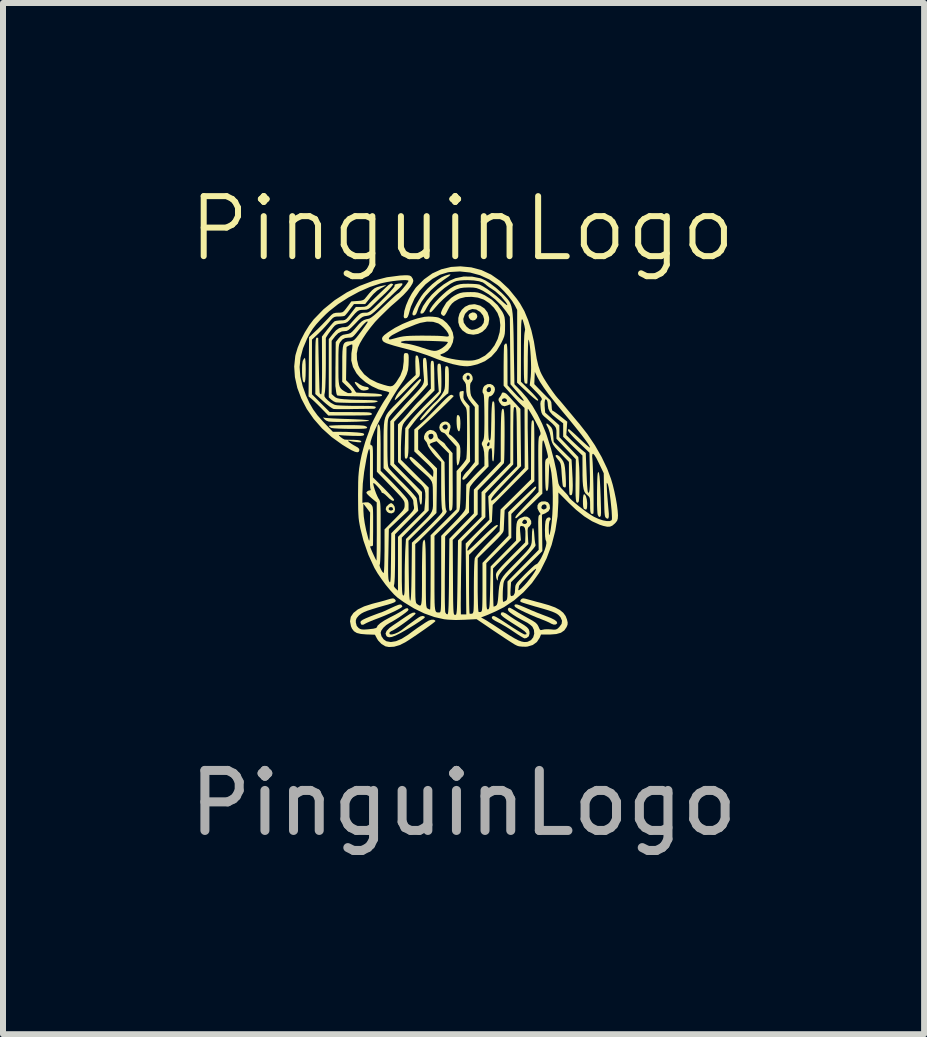
<source format=kicad_pcb>
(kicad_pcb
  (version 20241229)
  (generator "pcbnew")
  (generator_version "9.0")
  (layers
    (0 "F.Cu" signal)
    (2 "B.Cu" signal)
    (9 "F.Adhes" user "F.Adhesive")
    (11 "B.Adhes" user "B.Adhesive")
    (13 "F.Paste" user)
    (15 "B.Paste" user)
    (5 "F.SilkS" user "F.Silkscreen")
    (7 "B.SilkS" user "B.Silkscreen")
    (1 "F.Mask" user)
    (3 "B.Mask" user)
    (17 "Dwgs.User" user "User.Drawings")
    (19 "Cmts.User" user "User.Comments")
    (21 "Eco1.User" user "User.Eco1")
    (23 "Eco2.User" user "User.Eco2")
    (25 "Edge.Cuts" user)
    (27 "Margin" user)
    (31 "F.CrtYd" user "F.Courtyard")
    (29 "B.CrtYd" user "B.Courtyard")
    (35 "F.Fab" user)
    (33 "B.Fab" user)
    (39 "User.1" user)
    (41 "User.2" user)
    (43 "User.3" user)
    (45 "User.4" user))
  (footprint "PinguinLogo"
    (layer "F.Cu")
    (at 4.653 1.26)
    (property "Reference" "PinguinLogo" (at 0 -0.5 0) (unlocked yes) (layer "F.SilkS") (effects (font (size 1 1) (thickness 0.1))))
    (attr smd)
    (fp_poly (pts (xy 0.207 0.899) (xy 0.237 0.921) (xy 0.249 0.957) (xy 0.242 0.988) (xy 0.212 1.021) (xy 0.173 1.03) (xy 0.135 1.017) (xy 0.11 0.984) (xy 0.101 0.948) (xy 0.114 0.924) (xy 0.126 0.913) (xy 0.168 0.894)) (stroke (width 0) (type solid)) (fill yes) (layer "F.SilkS"))
    (fp_poly (pts (xy -0.055 2.614) (xy -0.041 2.643) (xy -0.034 2.703) (xy -0.033 2.749) (xy -0.036 2.818) (xy -0.044 2.861) (xy -0.056 2.878) (xy -0.071 2.866) (xy -0.081 2.844) (xy -0.09 2.807) (xy -0.095 2.755) (xy -0.097 2.699) (xy -0.095 2.648) (xy -0.09 2.614) (xy -0.087 2.607) (xy -0.067 2.606)) (stroke (width 0) (type solid)) (fill yes) (layer "F.SilkS"))
    (fp_poly (pts (xy 2.042 3.929) (xy 2.059 3.959) (xy 2.072 4.008) (xy 2.079 4.069) (xy 2.079 4.088) (xy 2.077 4.144) (xy 2.069 4.173) (xy 2.058 4.18) (xy 2.029 4.169) (xy 2.021 4.16) (xy 2.013 4.134) (xy 2.009 4.089) (xy 2.008 4.035) (xy 2.01 3.983) (xy 2.016 3.943) (xy 2.024 3.924)) (stroke (width 0) (type solid)) (fill yes) (layer "F.SilkS"))
    (fp_poly (pts (xy -1.751 2.066) (xy -1.714 2.092) (xy -1.668 2.117) (xy -1.624 2.131) (xy -1.615 2.132) (xy -1.577 2.139) (xy -1.558 2.155) (xy -1.564 2.175) (xy -1.572 2.181) (xy -1.603 2.191) (xy -1.644 2.196) (xy -1.684 2.189) (xy -1.72 2.163) (xy -1.744 2.136) (xy -1.781 2.087) (xy -1.794 2.059) (xy -1.783 2.051)) (stroke (width 0) (type solid)) (fill yes) (layer "F.SilkS"))
    (fp_poly (pts (xy -2.619 1.667) (xy -2.614 1.707) (xy -2.611 1.768) (xy -2.61 1.843) (xy -2.61 1.851) (xy -2.612 1.949) (xy -2.617 2.017) (xy -2.625 2.055) (xy -2.638 2.064) (xy -2.652 2.048) (xy -2.661 2.017) (xy -2.668 1.963) (xy -2.671 1.897) (xy -2.671 1.827) (xy -2.669 1.763) (xy -2.662 1.715) (xy -2.658 1.7) (xy -2.64 1.667) (xy -2.625 1.652) (xy -2.624 1.652)) (stroke (width 0) (type solid)) (fill yes) (layer "F.SilkS"))
    (fp_poly (pts (xy 2.268 3.554) (xy 2.277 3.576) (xy 2.285 3.629) (xy 2.292 3.714) (xy 2.298 3.831) (xy 2.304 3.98) (xy 2.309 4.16) (xy 2.31 4.235) (xy 2.306 4.281) (xy 2.292 4.303) (xy 2.273 4.298) (xy 2.255 4.268) (xy 2.25 4.237) (xy 2.246 4.177) (xy 2.243 4.093) (xy 2.243 3.989) (xy 2.243 3.883) (xy 2.245 3.767) (xy 2.247 3.68) (xy 2.25 3.619) (xy 2.254 3.579) (xy 2.26 3.558) (xy 2.266 3.553)) (stroke (width 0) (type solid)) (fill yes) (layer "F.SilkS"))
    (fp_poly (pts (xy -1.867 2.772) (xy -1.787 2.773) (xy -1.717 2.775) (xy -1.663 2.779) (xy -1.636 2.782) (xy -1.601 2.795) (xy -1.586 2.813) (xy -1.586 2.814) (xy -1.591 2.822) (xy -1.61 2.828) (xy -1.646 2.832) (xy -1.704 2.834) (xy -1.786 2.835) (xy -1.87 2.835) (xy -1.976 2.833) (xy -2.066 2.83) (xy -2.135 2.826) (xy -2.179 2.82) (xy -2.19 2.816) (xy -2.217 2.798) (xy -2.226 2.785) (xy -2.211 2.781) (xy -2.17 2.778) (xy -2.109 2.775) (xy -2.034 2.773) (xy -1.952 2.772)) (stroke (width 0) (type solid)) (fill yes) (layer "F.SilkS"))
    (fp_poly (pts (xy -2.301 2.649) (xy -2.277 2.652) (xy -2.226 2.656) (xy -2.154 2.661) (xy -2.064 2.665) (xy -1.962 2.669) (xy -1.913 2.67) (xy -1.779 2.675) (xy -1.676 2.68) (xy -1.605 2.686) (xy -1.564 2.692) (xy -1.554 2.698) (xy -1.569 2.703) (xy -1.61 2.708) (xy -1.672 2.711) (xy -1.75 2.715) (xy -1.836 2.717) (xy -1.927 2.719) (xy -2.016 2.719) (xy -2.097 2.719) (xy -2.165 2.717) (xy -2.215 2.714) (xy -2.228 2.713) (xy -2.271 2.696) (xy -2.3 2.672) (xy -2.319 2.649) (xy -2.317 2.644)) (stroke (width 0) (type solid)) (fill yes) (layer "F.SilkS"))
    (fp_poly (pts (xy -1.157 4.09) (xy -1.154 4.092) (xy -1.129 4.131) (xy -1.122 4.178) (xy -1.135 4.219) (xy -1.141 4.225) (xy -1.178 4.243) (xy -1.223 4.237) (xy -1.256 4.214) (xy -1.278 4.173) (xy -1.273 4.155) (xy -1.227 4.155) (xy -1.226 4.179) (xy -1.226 4.179) (xy -1.204 4.194) (xy -1.175 4.194) (xy -1.155 4.18) (xy -1.153 4.172) (xy -1.166 4.145) (xy -1.179 4.138) (xy -1.208 4.138) (xy -1.227 4.155) (xy -1.273 4.155) (xy -1.268 4.133) (xy -1.23 4.095) (xy -1.199 4.074) (xy -1.179 4.073)) (stroke (width 0) (type solid)) (fill yes) (layer "F.SilkS"))
    (fp_poly (pts (xy -0.2 0.27) (xy -0.226 0.294) (xy -0.281 0.332) (xy -0.297 0.343) (xy -0.413 0.427) (xy -0.519 0.521) (xy -0.61 0.619) (xy -0.681 0.717) (xy -0.729 0.81) (xy -0.74 0.843) (xy -0.756 0.888) (xy -0.771 0.922) (xy -0.774 0.927) (xy -0.8 0.945) (xy -0.824 0.942) (xy -0.833 0.921) (xy -0.825 0.885) (xy -0.802 0.829) (xy -0.768 0.763) (xy -0.728 0.693) (xy -0.686 0.626) (xy -0.646 0.572) (xy -0.578 0.496) (xy -0.501 0.423) (xy -0.421 0.359) (xy -0.347 0.31) (xy -0.29 0.284) (xy -0.232 0.265) (xy -0.202 0.261)) (stroke (width 0) (type solid)) (fill yes) (layer "F.SilkS"))
    (fp_poly (pts (xy 1.587 3.273) (xy 1.618 3.295) (xy 1.627 3.304) (xy 1.66 3.344) (xy 1.683 3.382) (xy 1.699 3.426) (xy 1.709 3.483) (xy 1.716 3.561) (xy 1.72 3.616) (xy 1.724 3.699) (xy 1.725 3.755) (xy 1.724 3.79) (xy 1.718 3.807) (xy 1.709 3.812) (xy 1.707 3.812) (xy 1.68 3.799) (xy 1.674 3.789) (xy 1.67 3.765) (xy 1.664 3.716) (xy 1.659 3.65) (xy 1.654 3.585) (xy 1.649 3.505) (xy 1.643 3.45) (xy 1.635 3.413) (xy 1.623 3.385) (xy 1.605 3.361) (xy 1.597 3.352) (xy 1.569 3.316) (xy 1.553 3.289) (xy 1.551 3.284) (xy 1.562 3.269)) (stroke (width 0) (type solid)) (fill yes) (layer "F.SilkS"))
    (fp_poly (pts (xy 0.917 5.761) (xy 0.962 5.777) (xy 1.029 5.805) (xy 1.06 5.818) (xy 1.147 5.856) (xy 1.243 5.896) (xy 1.334 5.931) (xy 1.373 5.946) (xy 1.469 5.983) (xy 1.535 6.016) (xy 1.571 6.045) (xy 1.58 6.071) (xy 1.579 6.074) (xy 1.558 6.093) (xy 1.522 6.096) (xy 1.482 6.081) (xy 1.477 6.078) (xy 1.446 6.061) (xy 1.395 6.038) (xy 1.332 6.013) (xy 1.312 6.005) (xy 1.233 5.974) (xy 1.148 5.938) (xy 1.064 5.9) (xy 0.988 5.864) (xy 0.927 5.832) (xy 0.888 5.808) (xy 0.887 5.808) (xy 0.866 5.785) (xy 0.872 5.766) (xy 0.874 5.764) (xy 0.889 5.758)) (stroke (width 0) (type solid)) (fill yes) (layer "F.SilkS"))
    (fp_poly (pts (xy -0.739 1.629) (xy -0.727 1.672) (xy -0.718 1.743) (xy -0.714 1.791) (xy -0.709 1.865) (xy -0.708 1.913) (xy -0.711 1.944) (xy -0.719 1.963) (xy -0.733 1.977) (xy -0.74 1.983) (xy -0.764 2.004) (xy -0.805 2.044) (xy -0.859 2.097) (xy -0.919 2.159) (xy -0.943 2.184) (xy -1.002 2.244) (xy -1.054 2.295) (xy -1.095 2.333) (xy -1.119 2.353) (xy -1.124 2.356) (xy -1.126 2.343) (xy -1.113 2.311) (xy -1.095 2.274) (xy -1.062 2.225) (xy -1.011 2.164) (xy -0.949 2.099) (xy -0.914 2.064) (xy -0.778 1.937) (xy -0.783 1.78) (xy -0.784 1.712) (xy -0.782 1.658) (xy -0.778 1.623) (xy -0.774 1.614) (xy -0.754 1.611)) (stroke (width 0) (type solid)) (fill yes) (layer "F.SilkS"))
    (fp_poly (pts (xy -1.019 5.764) (xy -1.016 5.766) (xy -1.001 5.788) (xy -1.003 5.799) (xy -1.024 5.816) (xy -1.07 5.842) (xy -1.134 5.875) (xy -1.211 5.91) (xy -1.294 5.946) (xy -1.38 5.981) (xy -1.409 5.992) (xy -1.481 6.019) (xy -1.544 6.045) (xy -1.592 6.066) (xy -1.613 6.077) (xy -1.652 6.098) (xy -1.679 6.097) (xy -1.687 6.09) (xy -1.696 6.067) (xy -1.698 6.052) (xy -1.689 6.035) (xy -1.66 6.015) (xy -1.608 5.99) (xy -1.531 5.958) (xy -1.463 5.932) (xy -1.407 5.911) (xy -1.368 5.897) (xy -1.354 5.893) (xy -1.336 5.886) (xy -1.296 5.869) (xy -1.24 5.843) (xy -1.191 5.82) (xy -1.119 5.787) (xy -1.069 5.767) (xy -1.037 5.76)) (stroke (width 0) (type solid)) (fill yes) (layer "F.SilkS"))
    (fp_poly (pts (xy 1.419 2.75) (xy 1.456 2.782) (xy 1.483 2.812) (xy 1.499 2.845) (xy 1.508 2.891) (xy 1.513 2.941) (xy 1.522 3.052) (xy 1.67 3.2) (xy 1.819 3.348) (xy 1.829 3.528) (xy 1.836 3.666) (xy 1.839 3.774) (xy 1.837 3.853) (xy 1.831 3.907) (xy 1.821 3.936) (xy 1.805 3.942) (xy 1.786 3.93) (xy 1.783 3.911) (xy 1.78 3.866) (xy 1.777 3.799) (xy 1.776 3.718) (xy 1.775 3.652) (xy 1.775 3.385) (xy 1.657 3.264) (xy 1.591 3.196) (xy 1.545 3.144) (xy 1.513 3.1) (xy 1.493 3.059) (xy 1.479 3.014) (xy 1.47 2.962) (xy 1.456 2.899) (xy 1.436 2.84) (xy 1.421 2.807) (xy 1.399 2.765) (xy 1.4 2.745)) (stroke (width 0) (type solid)) (fill yes) (layer "F.SilkS"))
    (fp_poly (pts (xy 0.211 0.759) (xy 0.297 0.782) (xy 0.368 0.829) (xy 0.419 0.895) (xy 0.445 0.976) (xy 0.447 1.011) (xy 0.433 1.093) (xy 0.393 1.162) (xy 0.334 1.217) (xy 0.262 1.253) (xy 0.182 1.266) (xy 0.1 1.254) (xy 0.066 1.241) (xy -0.002 1.192) (xy -0.047 1.13) (xy -0.068 1.06) (xy -0.068 1.003) (xy 0.015 1.003) (xy 0.023 1.066) (xy 0.063 1.124) (xy 0.072 1.134) (xy 0.117 1.17) (xy 0.157 1.185) (xy 0.204 1.179) (xy 0.255 1.161) (xy 0.317 1.123) (xy 0.354 1.07) (xy 0.363 1.009) (xy 0.344 0.946) (xy 0.297 0.887) (xy 0.294 0.885) (xy 0.23 0.846) (xy 0.165 0.838) (xy 0.104 0.859) (xy 0.053 0.908) (xy 0.038 0.933) (xy 0.015 1.003) (xy -0.068 1.003) (xy -0.068 0.987) (xy -0.049 0.915) (xy -0.011 0.852) (xy 0.043 0.801) (xy 0.112 0.768) (xy 0.195 0.758)) (stroke (width 0) (type solid)) (fill yes) (layer "F.SilkS"))
    (fp_poly (pts (xy -0.257 1.791) (xy -0.244 1.796) (xy -0.236 1.808) (xy -0.23 1.83) (xy -0.227 1.869) (xy -0.225 1.93) (xy -0.225 2.017) (xy -0.225 2.022) (xy -0.226 2.102) (xy -0.228 2.169) (xy -0.232 2.218) (xy -0.236 2.242) (xy -0.237 2.244) (xy -0.256 2.255) (xy -0.291 2.286) (xy -0.341 2.333) (xy -0.399 2.392) (xy -0.463 2.458) (xy -0.529 2.529) (xy -0.558 2.561) (xy -0.619 2.627) (xy -0.663 2.67) (xy -0.69 2.69) (xy -0.703 2.689) (xy -0.705 2.679) (xy -0.695 2.659) (xy -0.668 2.623) (xy -0.628 2.576) (xy -0.583 2.523) (xy -0.535 2.472) (xy -0.492 2.427) (xy -0.457 2.394) (xy -0.449 2.388) (xy -0.412 2.352) (xy -0.369 2.301) (xy -0.343 2.264) (xy -0.321 2.227) (xy -0.306 2.198) (xy -0.296 2.166) (xy -0.291 2.126) (xy -0.289 2.069) (xy -0.289 1.988) (xy -0.289 1.981) (xy -0.289 1.898) (xy -0.288 1.843) (xy -0.284 1.81) (xy -0.278 1.793) (xy -0.269 1.789)) (stroke (width 0) (type solid)) (fill yes) (layer "F.SilkS"))
    (fp_poly (pts (xy -0.779 5.907) (xy -0.787 5.922) (xy -0.817 5.95) (xy -0.863 5.988) (xy -0.92 6.032) (xy -0.983 6.078) (xy -1.046 6.122) (xy -1.105 6.161) (xy -1.153 6.19) (xy -1.186 6.205) (xy -1.186 6.205) (xy -1.212 6.224) (xy -1.217 6.24) (xy -1.205 6.258) (xy -1.173 6.26) (xy -1.126 6.248) (xy -1.071 6.224) (xy -1.016 6.19) (xy -0.998 6.176) (xy -0.918 6.113) (xy -0.842 6.057) (xy -0.776 6.009) (xy -0.726 5.975) (xy -0.697 5.959) (xy -0.661 5.951) (xy -0.633 5.959) (xy -0.625 5.974) (xy -0.638 5.989) (xy -0.674 6.016) (xy -0.728 6.053) (xy -0.795 6.097) (xy -0.87 6.143) (xy -0.947 6.189) (xy -1.023 6.232) (xy -1.027 6.234) (xy -1.112 6.277) (xy -1.175 6.301) (xy -1.222 6.307) (xy -1.254 6.296) (xy -1.266 6.284) (xy -1.28 6.246) (xy -1.263 6.201) (xy -1.214 6.15) (xy -1.153 6.106) (xy -1.084 6.06) (xy -1.007 6.007) (xy -0.945 5.965) (xy -0.876 5.92) (xy -0.826 5.897) (xy -0.793 5.895)) (stroke (width 0) (type solid)) (fill yes) (layer "F.SilkS"))
    (fp_poly (pts (xy -0.374 1.75) (xy -0.365 1.759) (xy -0.359 1.781) (xy -0.355 1.82) (xy -0.352 1.881) (xy -0.35 1.968) (xy -0.349 2.052) (xy -0.35 2.127) (xy -0.353 2.186) (xy -0.357 2.223) (xy -0.358 2.227) (xy -0.374 2.252) (xy -0.408 2.293) (xy -0.457 2.347) (xy -0.515 2.407) (xy -0.54 2.432) (xy -0.611 2.503) (xy -0.683 2.58) (xy -0.748 2.652) (xy -0.798 2.713) (xy -0.803 2.72) (xy -0.897 2.842) (xy -0.898 3.051) (xy -0.898 3.155) (xy -0.901 3.23) (xy -0.907 3.282) (xy -0.915 3.313) (xy -0.928 3.329) (xy -0.941 3.332) (xy -0.95 3.328) (xy -0.957 3.314) (xy -0.96 3.285) (xy -0.961 3.237) (xy -0.961 3.166) (xy -0.958 3.078) (xy -0.951 2.824) (xy -0.877 2.722) (xy -0.841 2.676) (xy -0.786 2.614) (xy -0.721 2.543) (xy -0.649 2.468) (xy -0.598 2.417) (xy -0.393 2.214) (xy -0.404 2.073) (xy -0.409 1.995) (xy -0.413 1.915) (xy -0.416 1.85) (xy -0.416 1.84) (xy -0.415 1.787) (xy -0.41 1.76) (xy -0.398 1.749) (xy -0.386 1.748)) (stroke (width 0) (type solid)) (fill yes) (layer "F.SilkS"))
    (fp_poly (pts (xy 0.723 5.909) (xy 0.757 5.932) (xy 0.804 5.965) (xy 0.868 6.007) (xy 0.937 6.049) (xy 0.958 6.061) (xy 1.029 6.104) (xy 1.076 6.139) (xy 1.104 6.171) (xy 1.116 6.206) (xy 1.119 6.243) (xy 1.106 6.291) (xy 1.069 6.319) (xy 1.036 6.325) (xy 1.015 6.316) (xy 0.975 6.293) (xy 0.92 6.258) (xy 0.863 6.22) (xy 0.79 6.171) (xy 0.715 6.124) (xy 0.649 6.086) (xy 0.613 6.067) (xy 0.545 6.032) (xy 0.504 6.005) (xy 0.489 5.983) (xy 0.496 5.963) (xy 0.503 5.957) (xy 0.515 5.952) (xy 0.536 5.956) (xy 0.567 5.971) (xy 0.613 5.998) (xy 0.678 6.039) (xy 0.765 6.097) (xy 0.769 6.099) (xy 0.848 6.151) (xy 0.92 6.196) (xy 0.979 6.231) (xy 1.022 6.254) (xy 1.041 6.261) (xy 1.068 6.255) (xy 1.066 6.237) (xy 1.036 6.206) (xy 0.977 6.163) (xy 0.918 6.125) (xy 0.82 6.063) (xy 0.747 6.015) (xy 0.695 5.979) (xy 0.662 5.952) (xy 0.644 5.933) (xy 0.639 5.919) (xy 0.65 5.893) (xy 0.679 5.89)) (stroke (width 0) (type solid)) (fill yes) (layer "F.SilkS"))
    (fp_poly (pts (xy -0.255 2.716) (xy -0.218 2.744) (xy -0.215 2.749) (xy -0.199 2.78) (xy -0.198 2.811) (xy -0.209 2.853) (xy -0.221 2.893) (xy -0.225 2.918) (xy -0.224 2.921) (xy -0.207 2.933) (xy -0.183 2.949) (xy -0.154 2.975) (xy -0.115 3.014) (xy -0.091 3.042) (xy -0.059 3.082) (xy -0.042 3.116) (xy -0.035 3.156) (xy -0.033 3.215) (xy -0.033 3.218) (xy -0.036 3.291) (xy -0.045 3.357) (xy -0.058 3.409) (xy -0.073 3.439) (xy -0.082 3.444) (xy -0.089 3.429) (xy -0.094 3.389) (xy -0.097 3.329) (xy -0.097 3.288) (xy -0.098 3.132) (xy -0.171 3.052) (xy -0.213 3.005) (xy -0.249 2.962) (xy -0.269 2.936) (xy -0.294 2.909) (xy -0.314 2.9) (xy -0.348 2.886) (xy -0.375 2.852) (xy -0.385 2.811) (xy -0.383 2.801) (xy -0.334 2.801) (xy -0.324 2.824) (xy -0.321 2.828) (xy -0.29 2.848) (xy -0.261 2.84) (xy -0.244 2.809) (xy -0.244 2.808) (xy -0.251 2.774) (xy -0.275 2.76) (xy -0.307 2.769) (xy -0.317 2.777) (xy -0.334 2.801) (xy -0.383 2.801) (xy -0.373 2.762) (xy -0.341 2.728) (xy -0.299 2.712)) (stroke (width 0) (type solid)) (fill yes) (layer "F.SilkS"))
    (fp_poly (pts (xy -0.615 1.654) (xy -0.606 1.665) (xy -0.6 1.688) (xy -0.594 1.73) (xy -0.59 1.794) (xy -0.585 1.876) (xy -0.574 2.099) (xy -0.635 2.17) (xy -0.666 2.204) (xy -0.713 2.257) (xy -0.773 2.322) (xy -0.842 2.397) (xy -0.913 2.474) (xy -0.917 2.478) (xy -1.137 2.716) (xy -1.137 3.066) (xy -1.137 3.416) (xy -0.905 3.651) (xy -0.673 3.886) (xy -0.673 3.993) (xy -0.676 4.054) (xy -0.683 4.09) (xy -0.692 4.099) (xy -0.704 4.081) (xy -0.711 4.05) (xy -0.719 4) (xy -0.721 3.96) (xy -0.727 3.94) (xy -0.746 3.909) (xy -0.781 3.867) (xy -0.833 3.809) (xy -0.905 3.733) (xy -0.961 3.676) (xy -1.201 3.433) (xy -1.201 3.071) (xy -1.201 2.708) (xy -1.085 2.576) (xy -1.021 2.505) (xy -0.947 2.423) (xy -0.874 2.345) (xy -0.844 2.313) (xy -0.77 2.235) (xy -0.716 2.175) (xy -0.678 2.128) (xy -0.655 2.09) (xy -0.643 2.055) (xy -0.639 2.018) (xy -0.642 1.974) (xy -0.644 1.951) (xy -0.65 1.876) (xy -0.655 1.798) (xy -0.656 1.744) (xy -0.656 1.691) (xy -0.65 1.663) (xy -0.638 1.653) (xy -0.627 1.652)) (stroke (width 0) (type solid)) (fill yes) (layer "F.SilkS"))
    (fp_poly (pts (xy 0.114 1.902) (xy 0.147 1.927) (xy 0.168 1.965) (xy 0.173 2.008) (xy 0.157 2.045) (xy 0.149 2.053) (xy 0.135 2.073) (xy 0.129 2.107) (xy 0.129 2.163) (xy 0.13 2.18) (xy 0.135 2.24) (xy 0.146 2.283) (xy 0.168 2.322) (xy 0.203 2.366) (xy 0.271 2.446) (xy 0.271 2.934) (xy 0.271 3.423) (xy 0.229 3.461) (xy 0.198 3.494) (xy 0.157 3.542) (xy 0.116 3.592) (xy 0.071 3.645) (xy 0.034 3.677) (xy 0.009 3.684) (xy -0.001 3.667) (xy -0.001 3.662) (xy 0.008 3.637) (xy 0.03 3.6) (xy 0.058 3.564) (xy 0.081 3.54) (xy 0.097 3.524) (xy 0.125 3.491) (xy 0.15 3.46) (xy 0.207 3.388) (xy 0.207 2.93) (xy 0.207 2.471) (xy 0.145 2.396) (xy 0.102 2.337) (xy 0.077 2.281) (xy 0.065 2.214) (xy 0.063 2.148) (xy 0.058 2.09) (xy 0.04 2.053) (xy 0.031 2.044) (xy 0.004 2.002) (xy 0.005 1.978) (xy 0.067 1.978) (xy 0.074 2.006) (xy 0.094 2.02) (xy 0.095 2.02) (xy 0.115 2.007) (xy 0.122 1.995) (xy 0.122 1.965) (xy 0.106 1.946) (xy 0.083 1.946) (xy 0.077 1.951) (xy 0.067 1.978) (xy 0.005 1.978) (xy 0.005 1.959) (xy 0.032 1.922) (xy 0.074 1.9)) (stroke (width 0) (type solid)) (fill yes) (layer "F.SilkS"))
    (fp_poly (pts (xy -1.281 0.45) (xy -1.313 0.469) (xy -1.355 0.491) (xy -1.421 0.532) (xy -1.482 0.588) (xy -1.532 0.646) (xy -1.619 0.755) (xy -1.712 0.755) (xy -1.806 0.755) (xy -1.875 0.847) (xy -1.911 0.895) (xy -1.942 0.932) (xy -1.96 0.951) (xy -1.961 0.951) (xy -1.986 0.958) (xy -2.03 0.962) (xy -2.06 0.963) (xy -2.102 0.964) (xy -2.131 0.971) (xy -2.158 0.987) (xy -2.189 1.019) (xy -2.226 1.063) (xy -2.282 1.127) (xy -2.347 1.196) (xy -2.408 1.256) (xy -2.506 1.348) (xy -2.506 1.804) (xy -2.506 2.259) (xy -2.358 2.407) (xy -2.211 2.554) (xy -1.863 2.555) (xy -1.748 2.556) (xy -1.661 2.557) (xy -1.599 2.558) (xy -1.556 2.561) (xy -1.53 2.566) (xy -1.516 2.572) (xy -1.51 2.58) (xy -1.509 2.584) (xy -1.509 2.593) (xy -1.516 2.6) (xy -1.534 2.605) (xy -1.566 2.608) (xy -1.616 2.61) (xy -1.689 2.611) (xy -1.787 2.612) (xy -1.868 2.612) (xy -2.234 2.612) (xy -2.346 2.496) (xy -2.401 2.441) (xy -2.453 2.39) (xy -2.496 2.35) (xy -2.511 2.337) (xy -2.563 2.294) (xy -2.559 1.801) (xy -2.554 1.307) (xy -2.468 1.227) (xy -2.409 1.171) (xy -2.345 1.107) (xy -2.3 1.06) (xy -2.254 1.012) (xy -2.212 0.967) (xy -2.183 0.937) (xy -2.182 0.936) (xy -2.15 0.912) (xy -2.108 0.901) (xy -2.068 0.899) (xy -2.026 0.898) (xy -1.997 0.891) (xy -1.973 0.873) (xy -1.943 0.837) (xy -1.919 0.805) (xy -1.85 0.711) (xy -1.749 0.704) (xy -1.691 0.699) (xy -1.655 0.689) (xy -1.629 0.671) (xy -1.605 0.642) (xy -1.549 0.573) (xy -1.505 0.526) (xy -1.465 0.494) (xy -1.423 0.474) (xy -1.371 0.459) (xy -1.37 0.459) (xy -1.319 0.448) (xy -1.283 0.442) (xy -1.27 0.441)) (stroke (width 0) (type solid)) (fill yes) (layer "F.SilkS"))
    (fp_poly (pts (xy -0.996 0.418) (xy -1.005 0.441) (xy -1.039 0.48) (xy -1.084 0.522) (xy -1.129 0.564) (xy -1.189 0.621) (xy -1.259 0.687) (xy -1.329 0.755) (xy -1.347 0.773) (xy -1.415 0.839) (xy -1.465 0.885) (xy -1.503 0.916) (xy -1.533 0.936) (xy -1.561 0.946) (xy -1.591 0.952) (xy -1.597 0.953) (xy -1.634 0.959) (xy -1.665 0.971) (xy -1.696 0.993) (xy -1.735 1.029) (xy -1.786 1.083) (xy -1.847 1.144) (xy -1.894 1.185) (xy -1.927 1.203) (xy -1.932 1.203) (xy -2.008 1.211) (xy -2.067 1.239) (xy -2.119 1.291) (xy -2.123 1.296) (xy -2.178 1.368) (xy -2.178 1.811) (xy -2.178 2.254) (xy -2.136 2.293) (xy -2.112 2.312) (xy -2.081 2.325) (xy -2.037 2.334) (xy -1.971 2.341) (xy -1.948 2.342) (xy -1.87 2.347) (xy -1.773 2.351) (xy -1.672 2.353) (xy -1.606 2.354) (xy -1.517 2.356) (xy -1.454 2.361) (xy -1.418 2.368) (xy -1.409 2.377) (xy -1.431 2.387) (xy -1.46 2.394) (xy -1.492 2.397) (xy -1.549 2.399) (xy -1.625 2.401) (xy -1.712 2.401) (xy -1.805 2.401) (xy -1.897 2.401) (xy -1.98 2.399) (xy -2.048 2.397) (xy -2.095 2.394) (xy -2.108 2.393) (xy -2.144 2.377) (xy -2.183 2.349) (xy -2.184 2.348) (xy -2.226 2.309) (xy -2.226 1.824) (xy -2.226 1.339) (xy -2.155 1.25) (xy -2.104 1.192) (xy -2.055 1.158) (xy -1.998 1.142) (xy -1.945 1.139) (xy -1.908 1.127) (xy -1.874 1.095) (xy -1.844 1.06) (xy -1.802 1.013) (xy -1.767 0.975) (xy -1.725 0.934) (xy -1.693 0.911) (xy -1.66 0.901) (xy -1.623 0.899) (xy -1.597 0.899) (xy -1.575 0.895) (xy -1.552 0.884) (xy -1.524 0.865) (xy -1.487 0.833) (xy -1.437 0.785) (xy -1.37 0.72) (xy -1.335 0.684) (xy -1.268 0.617) (xy -1.21 0.556) (xy -1.166 0.506) (xy -1.137 0.471) (xy -1.128 0.454) (xy -1.128 0.453) (xy -1.132 0.438) (xy -1.116 0.427) (xy -1.077 0.417) (xy -1.053 0.413) (xy -1.012 0.409)) (stroke (width 0) (type solid)) (fill yes) (layer "F.SilkS"))
    (fp_poly (pts (xy -1.141 5.662) (xy -1.125 5.674) (xy -1.124 5.675) (xy -1.11 5.694) (xy -1.112 5.709) (xy -1.133 5.725) (xy -1.177 5.742) (xy -1.247 5.764) (xy -1.281 5.773) (xy -1.407 5.809) (xy -1.505 5.839) (xy -1.581 5.864) (xy -1.638 5.887) (xy -1.68 5.909) (xy -1.711 5.932) (xy -1.728 5.947) (xy -1.761 5.987) (xy -1.775 6.023) (xy -1.775 6.061) (xy -1.76 6.117) (xy -1.728 6.153) (xy -1.703 6.168) (xy -1.675 6.176) (xy -1.635 6.178) (xy -1.573 6.174) (xy -1.556 6.172) (xy -1.485 6.164) (xy -1.44 6.153) (xy -1.426 6.142) (xy -1.411 6.111) (xy -1.368 6.072) (xy -1.299 6.026) (xy -1.206 5.975) (xy -1.186 5.965) (xy -1.116 5.929) (xy -1.052 5.893) (xy -1.002 5.863) (xy -0.982 5.849) (xy -0.94 5.825) (xy -0.91 5.823) (xy -0.898 5.845) (xy -0.898 5.85) (xy -0.911 5.867) (xy -0.945 5.896) (xy -0.994 5.932) (xy -1.053 5.973) (xy -1.115 6.012) (xy -1.173 6.047) (xy -1.211 6.067) (xy -1.268 6.103) (xy -1.317 6.148) (xy -1.35 6.194) (xy -1.362 6.231) (xy -1.348 6.289) (xy -1.312 6.341) (xy -1.266 6.373) (xy -1.192 6.386) (xy -1.106 6.372) (xy -1.01 6.331) (xy -0.905 6.265) (xy -0.896 6.258) (xy -0.826 6.206) (xy -0.751 6.152) (xy -0.678 6.103) (xy -0.615 6.061) (xy -0.568 6.033) (xy -0.56 6.028) (xy -0.518 6.015) (xy -0.479 6.014) (xy -0.454 6.026) (xy -0.449 6.037) (xy -0.462 6.05) (xy -0.496 6.077) (xy -0.548 6.116) (xy -0.612 6.162) (xy -0.684 6.212) (xy -0.759 6.264) (xy -0.833 6.314) (xy -0.9 6.358) (xy -0.951 6.39) (xy -1.045 6.437) (xy -1.138 6.464) (xy -1.224 6.469) (xy -1.281 6.458) (xy -1.348 6.418) (xy -1.404 6.359) (xy -1.425 6.325) (xy -1.457 6.264) (xy -1.6 6.259) (xy -1.693 6.251) (xy -1.759 6.235) (xy -1.806 6.206) (xy -1.839 6.163) (xy -1.856 6.123) (xy -1.872 6.04) (xy -1.859 5.966) (xy -1.815 5.901) (xy -1.742 5.843) (xy -1.637 5.792) (xy -1.503 5.749) (xy -1.458 5.737) (xy -1.382 5.718) (xy -1.298 5.695) (xy -1.252 5.681) (xy -1.196 5.665) (xy -1.162 5.659)) (stroke (width 0) (type solid)) (fill yes) (layer "F.SilkS"))
    (fp_poly (pts (xy -1.156 0.424) (xy -1.153 0.427) (xy -1.164 0.445) (xy -1.192 0.478) (xy -1.231 0.521) (xy -1.276 0.567) (xy -1.321 0.609) (xy -1.321 0.61) (xy -1.377 0.661) (xy -1.439 0.721) (xy -1.486 0.767) (xy -1.531 0.811) (xy -1.565 0.836) (xy -1.595 0.848) (xy -1.633 0.851) (xy -1.647 0.851) (xy -1.689 0.853) (xy -1.722 0.86) (xy -1.752 0.878) (xy -1.786 0.91) (xy -1.831 0.962) (xy -1.847 0.981) (xy -1.887 1.028) (xy -1.918 1.056) (xy -1.95 1.071) (xy -1.992 1.079) (xy -2.018 1.082) (xy -2.066 1.088) (xy -2.099 1.098) (xy -2.126 1.116) (xy -2.155 1.148) (xy -2.194 1.199) (xy -2.231 1.249) (xy -2.259 1.292) (xy -2.274 1.318) (xy -2.275 1.322) (xy -2.275 1.342) (xy -2.275 1.39) (xy -2.275 1.461) (xy -2.275 1.55) (xy -2.275 1.653) (xy -2.275 1.748) (xy -2.276 1.863) (xy -2.278 1.971) (xy -2.281 2.068) (xy -2.284 2.146) (xy -2.288 2.202) (xy -2.291 2.226) (xy -2.299 2.267) (xy -2.297 2.295) (xy -2.28 2.321) (xy -2.244 2.357) (xy -2.241 2.36) (xy -2.19 2.401) (xy -2.137 2.43) (xy -2.116 2.437) (xy -2.082 2.442) (xy -2.022 2.446) (xy -1.942 2.449) (xy -1.849 2.451) (xy -1.75 2.451) (xy -1.642 2.452) (xy -1.561 2.453) (xy -1.505 2.455) (xy -1.47 2.459) (xy -1.45 2.465) (xy -1.442 2.472) (xy -1.442 2.476) (xy -1.455 2.495) (xy -1.478 2.5) (xy -1.505 2.5) (xy -1.558 2.501) (xy -1.632 2.502) (xy -1.72 2.503) (xy -1.81 2.504) (xy -1.906 2.506) (xy -1.994 2.506) (xy -2.067 2.506) (xy -2.12 2.505) (xy -2.145 2.503) (xy -2.172 2.49) (xy -2.216 2.46) (xy -2.27 2.417) (xy -2.317 2.376) (xy -2.45 2.255) (xy -2.45 1.785) (xy -2.45 1.649) (xy -2.449 1.541) (xy -2.448 1.458) (xy -2.446 1.398) (xy -2.443 1.357) (xy -2.438 1.332) (xy -2.433 1.319) (xy -2.426 1.315) (xy -2.426 1.315) (xy -2.404 1.318) (xy -2.402 1.319) (xy -2.399 1.459) (xy -2.396 1.598) (xy -2.393 1.732) (xy -2.39 1.859) (xy -2.387 1.973) (xy -2.384 2.072) (xy -2.382 2.152) (xy -2.379 2.208) (xy -2.377 2.237) (xy -2.377 2.24) (xy -2.36 2.258) (xy -2.354 2.26) (xy -2.348 2.246) (xy -2.344 2.203) (xy -2.341 2.132) (xy -2.339 2.03) (xy -2.338 1.898) (xy -2.338 1.779) (xy -2.34 1.297) (xy -2.248 1.177) (xy -2.204 1.123) (xy -2.165 1.078) (xy -2.137 1.049) (xy -2.128 1.042) (xy -2.095 1.033) (xy -2.046 1.028) (xy -2.023 1.027) (xy -1.985 1.026) (xy -1.958 1.02) (xy -1.933 1.004) (xy -1.905 0.973) (xy -1.865 0.922) (xy -1.86 0.915) (xy -1.774 0.803) (xy -1.688 0.803) (xy -1.631 0.8) (xy -1.596 0.789) (xy -1.573 0.77) (xy -1.549 0.743) (xy -1.508 0.702) (xy -1.46 0.656) (xy -1.45 0.646) (xy -1.391 0.59) (xy -1.33 0.531) (xy -1.278 0.481) (xy -1.277 0.48) (xy -1.229 0.437) (xy -1.193 0.415) (xy -1.177 0.414)) (stroke (width 0) (type solid)) (fill yes) (layer "F.SilkS"))
    (fp_poly (pts (xy 0.206 0.557) (xy 0.259 0.564) (xy 0.309 0.58) (xy 0.369 0.607) (xy 0.371 0.608) (xy 0.487 0.68) (xy 0.586 0.773) (xy 0.662 0.879) (xy 0.668 0.889) (xy 0.689 0.933) (xy 0.702 0.973) (xy 0.708 1.019) (xy 0.711 1.083) (xy 0.711 1.124) (xy 0.71 1.198) (xy 0.706 1.251) (xy 0.696 1.296) (xy 0.677 1.343) (xy 0.648 1.404) (xy 0.572 1.532) (xy 0.482 1.632) (xy 0.376 1.707) (xy 0.251 1.759) (xy 0.203 1.771) (xy 0.137 1.786) (xy 0.083 1.792) (xy 0.03 1.79) (xy -0.038 1.782) (xy -0.064 1.777) (xy -0.162 1.756) (xy -0.281 1.721) (xy -0.414 1.675) (xy -0.532 1.628) (xy -0.597 1.604) (xy -0.685 1.575) (xy -0.784 1.544) (xy -0.885 1.516) (xy -0.924 1.506) (xy -1.046 1.474) (xy -1.141 1.448) (xy -1.211 1.426) (xy -1.262 1.409) (xy -1.296 1.393) (xy -1.3 1.39) (xy -1.027 1.39) (xy -1.01 1.401) (xy -0.962 1.411) (xy -0.921 1.416) (xy -0.871 1.425) (xy -0.802 1.442) (xy -0.724 1.464) (xy -0.673 1.481) (xy -0.586 1.509) (xy -0.522 1.527) (xy -0.475 1.535) (xy -0.439 1.534) (xy -0.405 1.524) (xy -0.373 1.509) (xy -0.33 1.483) (xy -0.289 1.451) (xy -0.258 1.419) (xy -0.243 1.395) (xy -0.244 1.387) (xy -0.264 1.383) (xy -0.309 1.379) (xy -0.375 1.375) (xy -0.457 1.372) (xy -0.548 1.369) (xy -0.642 1.367) (xy -0.735 1.366) (xy -0.82 1.366) (xy -0.892 1.367) (xy -0.946 1.368) (xy -0.969 1.371) (xy -1.014 1.38) (xy -1.027 1.39) (xy -1.3 1.39) (xy -1.317 1.379) (xy -1.329 1.364) (xy -1.33 1.363) (xy -1.339 1.334) (xy -1.338 1.33) (xy -1.226 1.33) (xy -1.225 1.333) (xy -1.219 1.342) (xy -1.21 1.345) (xy -1.193 1.344) (xy -1.159 1.335) (xy -1.102 1.32) (xy -1.085 1.315) (xy -1.036 1.303) (xy -0.986 1.294) (xy -0.928 1.288) (xy -0.855 1.284) (xy -0.762 1.282) (xy -0.673 1.281) (xy -0.573 1.282) (xy -0.479 1.283) (xy -0.397 1.285) (xy -0.334 1.289) (xy -0.301 1.292) (xy -0.255 1.297) (xy -0.232 1.293) (xy -0.225 1.28) (xy -0.225 1.279) (xy -0.237 1.243) (xy -0.268 1.197) (xy -0.312 1.148) (xy -0.36 1.105) (xy -0.401 1.078) (xy -0.488 1.051) (xy -0.589 1.048) (xy -0.702 1.069) (xy -0.785 1.098) (xy -0.839 1.12) (xy -0.882 1.137) (xy -0.905 1.146) (xy -0.905 1.146) (xy -0.94 1.159) (xy -0.994 1.183) (xy -1.055 1.213) (xy -1.115 1.244) (xy -1.164 1.27) (xy -1.187 1.285) (xy -1.216 1.31) (xy -1.226 1.33) (xy -1.338 1.33) (xy -1.331 1.305) (xy -1.302 1.273) (xy -1.248 1.232) (xy -1.236 1.223) (xy -1.122 1.151) (xy -0.998 1.087) (xy -0.871 1.034) (xy -0.748 0.994) (xy -0.637 0.969) (xy -0.563 0.963) (xy -0.498 0.966) (xy -0.437 0.972) (xy -0.401 0.979) (xy -0.327 1.014) (xy -0.258 1.073) (xy -0.2 1.146) (xy -0.161 1.227) (xy -0.146 1.307) (xy -0.145 1.311) (xy -0.159 1.392) (xy -0.193 1.468) (xy -0.244 1.531) (xy -0.305 1.572) (xy -0.332 1.582) (xy -0.36 1.593) (xy -0.369 1.603) (xy -0.354 1.617) (xy -0.314 1.633) (xy -0.255 1.651) (xy -0.184 1.667) (xy -0.106 1.681) (xy -0.029 1.691) (xy 0.023 1.695) (xy 0.103 1.698) (xy 0.161 1.696) (xy 0.208 1.689) (xy 0.256 1.675) (xy 0.279 1.667) (xy 0.378 1.614) (xy 0.464 1.538) (xy 0.535 1.444) (xy 0.588 1.337) (xy 0.621 1.223) (xy 0.632 1.107) (xy 0.619 0.996) (xy 0.585 0.904) (xy 0.526 0.818) (xy 0.449 0.741) (xy 0.363 0.685) (xy 0.353 0.68) (xy 0.258 0.648) (xy 0.154 0.635) (xy 0.052 0.639) (xy -0.038 0.661) (xy -0.065 0.673) (xy -0.13 0.71) (xy -0.174 0.747) (xy -0.209 0.792) (xy -0.237 0.843) (xy -0.268 0.904) (xy -0.29 0.939) (xy -0.307 0.953) (xy -0.323 0.95) (xy -0.338 0.938) (xy -0.354 0.922) (xy -0.357 0.904) (xy -0.348 0.874) (xy -0.329 0.832) (xy -0.268 0.731) (xy -0.185 0.651) (xy -0.135 0.617) (xy -0.083 0.589) (xy -0.037 0.571) (xy 0.012 0.561) (xy 0.077 0.557) (xy 0.135 0.556)) (stroke (width 0) (type solid)) (fill yes) (layer "F.SilkS"))
    (fp_poly (pts (xy 0.148 0.144) (xy 0.318 0.189) (xy 0.478 0.264) (xy 0.629 0.369) (xy 0.772 0.503) (xy 0.907 0.669) (xy 0.962 0.748) (xy 1.033 0.873) (xy 1.096 1.025) (xy 1.15 1.195) (xy 1.192 1.379) (xy 1.215 1.524) (xy 1.238 1.666) (xy 1.266 1.784) (xy 1.3 1.883) (xy 1.321 1.927) (xy 1.354 1.987) (xy 1.4 2.061) (xy 1.452 2.14) (xy 1.506 2.217) (xy 1.555 2.283) (xy 1.594 2.33) (xy 1.596 2.332) (xy 1.625 2.364) (xy 1.667 2.414) (xy 1.717 2.474) (xy 1.756 2.521) (xy 1.813 2.589) (xy 1.871 2.659) (xy 1.922 2.72) (xy 1.948 2.75) (xy 2.082 2.921) (xy 2.208 3.108) (xy 2.32 3.304) (xy 2.413 3.499) (xy 2.476 3.668) (xy 2.505 3.766) (xy 2.532 3.877) (xy 2.556 3.992) (xy 2.575 4.102) (xy 2.587 4.199) (xy 2.592 4.274) (xy 2.592 4.274) (xy 2.589 4.328) (xy 2.578 4.365) (xy 2.552 4.399) (xy 2.537 4.414) (xy 2.498 4.447) (xy 2.458 4.464) (xy 2.411 4.465) (xy 2.347 4.451) (xy 2.286 4.431) (xy 2.16 4.374) (xy 2.03 4.292) (xy 1.893 4.182) (xy 1.771 4.067) (xy 1.599 3.894) (xy 1.599 4.054) (xy 1.586 4.292) (xy 1.548 4.531) (xy 1.487 4.767) (xy 1.404 4.99) (xy 1.302 5.195) (xy 1.276 5.238) (xy 1.159 5.403) (xy 1.019 5.556) (xy 0.863 5.691) (xy 0.695 5.804) (xy 0.561 5.872) (xy 0.507 5.896) (xy 0.461 5.916) (xy 0.439 5.926) (xy 0.4 5.942) (xy 0.359 5.958) (xy 0.311 5.976) (xy 0.373 6.01) (xy 0.407 6.03) (xy 0.461 6.065) (xy 0.531 6.109) (xy 0.61 6.161) (xy 0.68 6.207) (xy 0.784 6.274) (xy 0.866 6.323) (xy 0.931 6.357) (xy 0.984 6.377) (xy 1.03 6.386) (xy 1.071 6.384) (xy 1.088 6.381) (xy 1.143 6.354) (xy 1.18 6.307) (xy 1.197 6.248) (xy 1.192 6.185) (xy 1.167 6.132) (xy 1.134 6.101) (xy 1.085 6.066) (xy 1.045 6.045) (xy 0.976 6.009) (xy 0.905 5.969) (xy 0.842 5.929) (xy 0.793 5.893) (xy 0.769 5.871) (xy 0.757 5.842) (xy 0.767 5.819) (xy 0.784 5.813) (xy 0.804 5.821) (xy 0.842 5.842) (xy 0.883 5.866) (xy 0.936 5.899) (xy 1.006 5.939) (xy 1.079 5.98) (xy 1.106 5.995) (xy 1.172 6.032) (xy 1.216 6.061) (xy 1.244 6.088) (xy 1.262 6.116) (xy 1.27 6.133) (xy 1.287 6.172) (xy 1.303 6.187) (xy 1.326 6.184) (xy 1.335 6.181) (xy 1.374 6.174) (xy 1.429 6.173) (xy 1.471 6.175) (xy 1.525 6.18) (xy 1.559 6.177) (xy 1.586 6.163) (xy 1.614 6.136) (xy 1.653 6.083) (xy 1.66 6.031) (xy 1.636 5.976) (xy 1.623 5.96) (xy 1.602 5.937) (xy 1.576 5.917) (xy 1.542 5.899) (xy 1.495 5.879) (xy 1.431 5.857) (xy 1.344 5.831) (xy 1.232 5.799) (xy 1.223 5.797) (xy 1.14 5.772) (xy 1.067 5.75) (xy 1.01 5.732) (xy 0.975 5.719) (xy 0.968 5.715) (xy 0.965 5.693) (xy 0.978 5.675) (xy 0.995 5.662) (xy 1.016 5.658) (xy 1.05 5.664) (xy 1.097 5.677) (xy 1.163 5.695) (xy 1.242 5.717) (xy 1.309 5.734) (xy 1.442 5.772) (xy 1.546 5.81) (xy 1.624 5.852) (xy 1.681 5.899) (xy 1.72 5.953) (xy 1.742 6.009) (xy 1.754 6.06) (xy 1.752 6.097) (xy 1.736 6.137) (xy 1.698 6.192) (xy 1.642 6.231) (xy 1.564 6.253) (xy 1.462 6.261) (xy 1.448 6.261) (xy 1.31 6.261) (xy 1.287 6.316) (xy 1.241 6.386) (xy 1.173 6.435) (xy 1.087 6.461) (xy 1.058 6.464) (xy 0.998 6.463) (xy 0.943 6.457) (xy 0.919 6.45) (xy 0.899 6.441) (xy 0.87 6.426) (xy 0.831 6.402) (xy 0.778 6.368) (xy 0.709 6.323) (xy 0.621 6.264) (xy 0.511 6.191) (xy 0.394 6.111) (xy 0.237 6.005) (xy 0.033 6.015) (xy -0.112 6.019) (xy -0.241 6.013) (xy -0.306 6.006) (xy -0.466 5.97) (xy -0.636 5.909) (xy -0.808 5.825) (xy -0.977 5.721) (xy -1.08 5.647) (xy -1.138 5.594) (xy -1.205 5.52) (xy -1.278 5.432) (xy -1.348 5.336) (xy -1.413 5.241) (xy -1.465 5.152) (xy -1.468 5.146) (xy -1.567 4.931) (xy -1.648 4.697) (xy -1.7 4.492) (xy -1.712 4.43) (xy -1.722 4.374) (xy -1.729 4.316) (xy -1.733 4.252) (xy -1.736 4.174) (xy -1.737 4.08) (xy -1.65 4.08) (xy -1.649 4.198) (xy -1.643 4.292) (xy -1.627 4.404) (xy -1.603 4.525) (xy -1.572 4.645) (xy -1.567 4.663) (xy -1.559 4.687) (xy -1.553 4.697) (xy -1.549 4.69) (xy -1.546 4.662) (xy -1.544 4.61) (xy -1.542 4.531) (xy -1.541 4.48) (xy -1.537 4.228) (xy -1.593 4.154) (xy -1.65 4.08) (xy -1.737 4.08) (xy -1.737 4.077) (xy -1.738 3.954) (xy -1.738 3.948) (xy -1.738 3.919) (xy -1.666 3.919) (xy -1.666 4.066) (xy -1.614 4.058) (xy -1.57 4.058) (xy -1.535 4.079) (xy -1.524 4.09) (xy -1.511 4.105) (xy -1.501 4.121) (xy -1.494 4.142) (xy -1.49 4.174) (xy -1.488 4.222) (xy -1.487 4.289) (xy -1.487 4.381) (xy -1.487 4.448) (xy -1.487 4.545) (xy -1.488 4.632) (xy -1.488 4.703) (xy -1.489 4.752) (xy -1.489 4.776) (xy -1.489 4.777) (xy -1.503 4.787) (xy -1.514 4.789) (xy -1.535 4.793) (xy -1.538 4.796) (xy -1.531 4.815) (xy -1.516 4.852) (xy -1.495 4.9) (xy -1.472 4.95) (xy -1.451 4.994) (xy -1.436 5.022) (xy -1.431 5.029) (xy -1.43 5.013) (xy -1.429 4.97) (xy -1.428 4.902) (xy -1.427 4.814) (xy -1.427 4.71) (xy -1.426 4.593) (xy -1.426 4.544) (xy -1.427 4.06) (xy -1.514 3.988) (xy -1.557 3.95) (xy -1.588 3.918) (xy -1.601 3.898) (xy -1.601 3.898) (xy -1.588 3.878) (xy -1.56 3.862) (xy -1.532 3.858) (xy -1.526 3.85) (xy -1.532 3.833) (xy -1.536 3.809) (xy -1.539 3.758) (xy -1.54 3.686) (xy -1.541 3.597) (xy -1.54 3.498) (xy -1.54 3.476) (xy -1.539 3.354) (xy -1.539 3.262) (xy -1.542 3.202) (xy -1.548 3.172) (xy -1.556 3.172) (xy -1.568 3.201) (xy -1.583 3.259) (xy -1.6 3.34) (xy -1.637 3.554) (xy -1.659 3.747) (xy -1.666 3.919) (xy -1.738 3.919) (xy -1.737 3.821) (xy -1.736 3.719) (xy -1.733 3.635) (xy -1.727 3.563) (xy -1.72 3.496) (xy -1.709 3.427) (xy -1.7 3.372) (xy -1.678 3.267) (xy -1.649 3.156) (xy -1.619 3.053) (xy -1.6 2.998) (xy -1.575 2.929) (xy -1.554 2.872) (xy -1.541 2.831) (xy -1.538 2.816) (xy -1.53 2.791) (xy -1.509 2.745) (xy -1.479 2.684) (xy -1.442 2.613) (xy -1.402 2.538) (xy -1.361 2.466) (xy -1.324 2.403) (xy -1.293 2.354) (xy -1.287 2.346) (xy -1.254 2.296) (xy -1.229 2.256) (xy -1.218 2.233) (xy -1.217 2.232) (xy -1.232 2.22) (xy -1.268 2.209) (xy -1.292 2.204) (xy -1.397 2.176) (xy -1.507 2.125) (xy -1.613 2.058) (xy -1.704 1.98) (xy -1.764 1.91) (xy -1.823 1.804) (xy -1.851 1.696) (xy -1.849 1.579) (xy -1.844 1.545) (xy -1.835 1.49) (xy -1.832 1.449) (xy -1.834 1.43) (xy -1.853 1.43) (xy -1.886 1.444) (xy -1.887 1.445) (xy -1.93 1.469) (xy -1.934 1.746) (xy -1.938 2.023) (xy -1.881 2.081) (xy -1.842 2.125) (xy -1.809 2.168) (xy -1.8 2.184) (xy -1.78 2.215) (xy -1.765 2.23) (xy -1.765 2.23) (xy -1.746 2.231) (xy -1.701 2.234) (xy -1.636 2.237) (xy -1.559 2.241) (xy -1.546 2.242) (xy -1.458 2.246) (xy -1.398 2.252) (xy -1.361 2.258) (xy -1.343 2.266) (xy -1.338 2.276) (xy -1.341 2.283) (xy -1.354 2.289) (xy -1.38 2.293) (xy -1.423 2.295) (xy -1.487 2.296) (xy -1.575 2.296) (xy -1.691 2.295) (xy -1.706 2.294) (xy -1.811 2.292) (xy -1.906 2.29) (xy -1.986 2.286) (xy -2.045 2.283) (xy -2.079 2.279) (xy -2.086 2.277) (xy -2.096 2.255) (xy -2.104 2.214) (xy -2.105 2.202) (xy -2.11 2.161) (xy -2.114 2.134) (xy -2.115 2.132) (xy -2.116 2.114) (xy -2.116 2.069) (xy -2.116 2.001) (xy -2.115 1.915) (xy -2.115 1.816) (xy -2.114 1.771) (xy -2.065 1.771) (xy -2.065 1.89) (xy -2.064 1.981) (xy -2.06 2.05) (xy -2.053 2.1) (xy -2.042 2.136) (xy -2.025 2.162) (xy -2.002 2.184) (xy -1.971 2.205) (xy -1.961 2.211) (xy -1.907 2.238) (xy -1.865 2.239) (xy -1.846 2.231) (xy -1.843 2.216) (xy -1.863 2.186) (xy -1.907 2.141) (xy -1.914 2.135) (xy -2.002 2.051) (xy -2.001 1.751) (xy -2.001 1.634) (xy -1.998 1.544) (xy -1.992 1.479) (xy -1.982 1.433) (xy -1.966 1.404) (xy -1.943 1.388) (xy -1.912 1.379) (xy -1.876 1.376) (xy -1.846 1.373) (xy -1.822 1.366) (xy -1.799 1.35) (xy -1.771 1.321) (xy -1.734 1.275) (xy -1.687 1.213) (xy -1.643 1.152) (xy -1.607 1.101) (xy -1.583 1.065) (xy -1.576 1.048) (xy -1.576 1.048) (xy -1.592 1.046) (xy -1.619 1.066) (xy -1.66 1.108) (xy -1.716 1.174) (xy -1.73 1.191) (xy -1.776 1.248) (xy -1.808 1.284) (xy -1.834 1.305) (xy -1.858 1.313) (xy -1.888 1.315) (xy -1.896 1.315) (xy -1.955 1.322) (xy -1.999 1.346) (xy -2.038 1.393) (xy -2.039 1.395) (xy -2.048 1.413) (xy -2.055 1.438) (xy -2.06 1.475) (xy -2.063 1.529) (xy -2.065 1.603) (xy -2.065 1.702) (xy -2.065 1.771) (xy -2.114 1.771) (xy -2.114 1.756) (xy -2.11 1.388) (xy -2.063 1.328) (xy -2.026 1.289) (xy -1.988 1.268) (xy -1.937 1.258) (xy -1.895 1.25) (xy -1.863 1.238) (xy -1.833 1.213) (xy -1.795 1.172) (xy -1.774 1.147) (xy -1.721 1.086) (xy -1.679 1.046) (xy -1.64 1.022) (xy -1.598 1.008) (xy -1.571 1.003) (xy -1.545 0.995) (xy -1.513 0.975) (xy -1.47 0.942) (xy -1.414 0.893) (xy -1.341 0.824) (xy -1.302 0.787) (xy -1.233 0.721) (xy -1.172 0.664) (xy -1.123 0.619) (xy -1.088 0.59) (xy -1.073 0.579) (xy -1.056 0.568) (xy -1.026 0.537) (xy -0.99 0.496) (xy -0.953 0.451) (xy -0.921 0.409) (xy -0.901 0.378) (xy -0.897 0.368) (xy -0.912 0.36) (xy -0.952 0.356) (xy -1.012 0.358) (xy -1.085 0.364) (xy -1.165 0.374) (xy -1.247 0.387) (xy -1.325 0.403) (xy -1.363 0.412) (xy -1.539 0.47) (xy -1.721 0.55) (xy -1.9 0.647) (xy -2.069 0.756) (xy -2.217 0.873) (xy -2.271 0.922) (xy -2.363 1.014) (xy -2.435 1.094) (xy -2.493 1.168) (xy -2.541 1.244) (xy -2.586 1.329) (xy -2.586 1.329) (xy -2.655 1.493) (xy -2.697 1.65) (xy -2.712 1.804) (xy -2.7 1.96) (xy -2.661 2.123) (xy -2.606 2.276) (xy -2.549 2.401) (xy -2.487 2.509) (xy -2.414 2.609) (xy -2.321 2.714) (xy -2.3 2.736) (xy -2.157 2.884) (xy -2.018 2.884) (xy -1.933 2.885) (xy -1.841 2.889) (xy -1.76 2.894) (xy -1.755 2.894) (xy -1.692 2.901) (xy -1.655 2.908) (xy -1.639 2.918) (xy -1.637 2.93) (xy -1.643 2.941) (xy -1.66 2.948) (xy -1.694 2.952) (xy -1.748 2.952) (xy -1.826 2.951) (xy -1.902 2.948) (xy -1.969 2.945) (xy -2.019 2.941) (xy -2.042 2.938) (xy -2.058 2.936) (xy -2.053 2.948) (xy -2.029 2.971) (xy -1.992 2.998) (xy -1.961 3.013) (xy -1.957 3.013) (xy -1.928 3.015) (xy -1.878 3.016) (xy -1.816 3.017) (xy -1.811 3.017) (xy -1.743 3.021) (xy -1.703 3.029) (xy -1.685 3.041) (xy -1.685 3.042) (xy -1.686 3.055) (xy -1.705 3.059) (xy -1.748 3.057) (xy -1.766 3.054) (xy -1.821 3.047) (xy -1.867 3.038) (xy -1.884 3.033) (xy -1.905 3.029) (xy -1.903 3.038) (xy -1.884 3.057) (xy -1.852 3.081) (xy -1.812 3.106) (xy -1.79 3.118) (xy -1.743 3.145) (xy -1.72 3.167) (xy -1.716 3.191) (xy -1.717 3.193) (xy -1.727 3.217) (xy -1.751 3.225) (xy -1.791 3.216) (xy -1.85 3.189) (xy -1.929 3.143) (xy -2 3.099) (xy -2.178 2.971) (xy -2.338 2.827) (xy -2.476 2.67) (xy -2.592 2.504) (xy -2.683 2.33) (xy -2.75 2.153) (xy -2.79 1.973) (xy -2.802 1.795) (xy -2.784 1.621) (xy -2.778 1.595) (xy -2.744 1.482) (xy -2.692 1.356) (xy -2.626 1.229) (xy -2.552 1.11) (xy -2.477 1.011) (xy -2.314 0.843) (xy -2.129 0.692) (xy -1.925 0.561) (xy -1.709 0.452) (xy -1.485 0.367) (xy -1.258 0.309) (xy -1.037 0.28) (xy -0.963 0.276) (xy -0.914 0.276) (xy -0.882 0.28) (xy -0.861 0.29) (xy -0.849 0.299) (xy -0.825 0.337) (xy -0.817 0.37) (xy -0.83 0.411) (xy -0.864 0.467) (xy -0.916 0.534) (xy -0.983 0.606) (xy -1.062 0.679) (xy -1.076 0.692) (xy -1.131 0.74) (xy -1.181 0.783) (xy -1.217 0.816) (xy -1.227 0.826) (xy -1.253 0.851) (xy -1.295 0.892) (xy -1.346 0.942) (xy -1.384 0.979) (xy -1.455 1.054) (xy -1.527 1.142) (xy -1.597 1.235) (xy -1.659 1.328) (xy -1.708 1.411) (xy -1.739 1.48) (xy -1.74 1.483) (xy -1.759 1.579) (xy -1.756 1.682) (xy -1.733 1.78) (xy -1.708 1.833) (xy -1.636 1.926) (xy -1.539 2.004) (xy -1.422 2.063) (xy -1.392 2.074) (xy -1.306 2.102) (xy -1.244 2.119) (xy -1.2 2.126) (xy -1.168 2.12) (xy -1.142 2.103) (xy -1.115 2.073) (xy -1.1 2.053) (xy -1.033 1.947) (xy -0.993 1.838) (xy -0.978 1.717) (xy -0.977 1.691) (xy -0.977 1.63) (xy -0.974 1.595) (xy -0.966 1.577) (xy -0.951 1.572) (xy -0.937 1.572) (xy -0.918 1.574) (xy -0.905 1.583) (xy -0.897 1.606) (xy -0.894 1.646) (xy -0.895 1.709) (xy -0.897 1.772) (xy -0.905 1.852) (xy -0.928 1.927) (xy -0.967 2.006) (xy -1.024 2.092) (xy -1.089 2.188) (xy -1.16 2.301) (xy -1.232 2.423) (xy -1.303 2.548) (xy -1.368 2.669) (xy -1.424 2.779) (xy -1.466 2.871) (xy -1.473 2.888) (xy -1.507 2.977) (xy -1.527 3.041) (xy -1.534 3.082) (xy -1.529 3.103) (xy -1.516 3.108) (xy -1.506 3.111) (xy -1.499 3.124) (xy -1.494 3.15) (xy -1.491 3.194) (xy -1.49 3.26) (xy -1.49 3.354) (xy -1.49 3.375) (xy -1.49 3.642) (xy -1.313 3.818) (xy -1.253 3.88) (xy -1.201 3.935) (xy -1.163 3.979) (xy -1.141 4.008) (xy -1.137 4.015) (xy -1.146 4.035) (xy -1.172 4.029) (xy -1.214 3.999) (xy -1.249 3.965) (xy -1.287 3.929) (xy -1.318 3.906) (xy -1.332 3.902) (xy -1.345 3.897) (xy -1.346 3.889) (xy -1.356 3.868) (xy -1.38 3.834) (xy -1.412 3.797) (xy -1.444 3.763) (xy -1.47 3.741) (xy -1.483 3.736) (xy -1.484 3.757) (xy -1.475 3.797) (xy -1.459 3.85) (xy -1.439 3.906) (xy -1.417 3.957) (xy -1.398 3.994) (xy -1.394 4) (xy -1.385 4.012) (xy -1.378 4.027) (xy -1.372 4.049) (xy -1.368 4.079) (xy -1.365 4.123) (xy -1.363 4.183) (xy -1.362 4.264) (xy -1.362 4.367) (xy -1.362 4.498) (xy -1.362 4.565) (xy -1.362 4.722) (xy -1.363 4.853) (xy -1.366 4.957) (xy -1.369 5.033) (xy -1.373 5.08) (xy -1.377 5.095) (xy -1.38 5.111) (xy -1.371 5.143) (xy -1.354 5.181) (xy -1.334 5.215) (xy -1.316 5.235) (xy -1.312 5.237) (xy -1.308 5.221) (xy -1.304 5.178) (xy -1.301 5.112) (xy -1.299 5.026) (xy -1.298 4.925) (xy -1.297 4.873) (xy -1.297 4.51) (xy -1.129 4.34) (xy -1.065 4.274) (xy -1.019 4.225) (xy -0.989 4.19) (xy -0.972 4.162) (xy -0.964 4.138) (xy -0.962 4.112) (xy -0.962 4.099) (xy -0.963 4.074) (xy -0.967 4.052) (xy -0.978 4.029) (xy -0.997 4.001) (xy -1.028 3.963) (xy -1.074 3.913) (xy -1.138 3.846) (xy -1.194 3.788) (xy -1.425 3.548) (xy -1.424 3.18) (xy -1.423 3.073) (xy -1.422 2.975) (xy -1.419 2.892) (xy -1.416 2.829) (xy -1.413 2.789) (xy -1.411 2.78) (xy -1.401 2.759) (xy -1.391 2.764) (xy -1.38 2.783) (xy -1.373 2.814) (xy -1.367 2.875) (xy -1.364 2.967) (xy -1.362 3.091) (xy -1.362 3.175) (xy -1.362 3.533) (xy -1.241 3.653) (xy -1.174 3.721) (xy -1.099 3.8) (xy -1.029 3.874) (xy -1.009 3.897) (xy -0.959 3.953) (xy -0.927 3.993) (xy -0.908 4.024) (xy -0.9 4.054) (xy -0.897 4.089) (xy -0.897 4.107) (xy -0.897 4.194) (xy -1.061 4.348) (xy -1.225 4.503) (xy -1.233 4.922) (xy -1.236 5.052) (xy -1.237 5.154) (xy -1.237 5.232) (xy -1.235 5.29) (xy -1.232 5.33) (xy -1.227 5.358) (xy -1.22 5.376) (xy -1.217 5.38) (xy -1.21 5.39) (xy -1.204 5.389) (xy -1.2 5.376) (xy -1.197 5.347) (xy -1.194 5.299) (xy -1.192 5.228) (xy -1.191 5.132) (xy -1.189 5.008) (xy -1.189 4.996) (xy -1.185 4.574) (xy -0.991 4.377) (xy -0.921 4.306) (xy -0.87 4.253) (xy -0.836 4.214) (xy -0.816 4.186) (xy -0.807 4.165) (xy -0.805 4.146) (xy -0.807 4.131) (xy -0.815 4.08) (xy -0.818 4.038) (xy -0.823 4.018) (xy -0.841 3.989) (xy -0.873 3.948) (xy -0.922 3.893) (xy -0.99 3.821) (xy -1.066 3.743) (xy -1.313 3.489) (xy -1.313 3.094) (xy -1.313 2.96) (xy -1.311 2.853) (xy -1.307 2.768) (xy -1.299 2.701) (xy -1.285 2.647) (xy -1.265 2.601) (xy -1.237 2.558) (xy -1.2 2.515) (xy -1.152 2.464) (xy -1.128 2.441) (xy -1.065 2.377) (xy -0.992 2.299) (xy -0.917 2.219) (xy -0.862 2.16) (xy -0.808 2.102) (xy -0.761 2.054) (xy -0.725 2.02) (xy -0.706 2.004) (xy -0.704 2.004) (xy -0.69 2.01) (xy -0.692 2.03) (xy -0.713 2.065) (xy -0.752 2.117) (xy -0.812 2.186) (xy -0.893 2.275) (xy -0.997 2.384) (xy -0.998 2.385) (xy -1.063 2.454) (xy -1.123 2.519) (xy -1.172 2.574) (xy -1.206 2.616) (xy -1.218 2.633) (xy -1.228 2.651) (xy -1.236 2.673) (xy -1.241 2.702) (xy -1.245 2.744) (xy -1.247 2.801) (xy -1.249 2.879) (xy -1.249 2.981) (xy -1.249 3.068) (xy -1.249 3.191) (xy -1.248 3.286) (xy -1.246 3.357) (xy -1.243 3.409) (xy -1.239 3.446) (xy -1.233 3.471) (xy -1.225 3.489) (xy -1.221 3.494) (xy -1.201 3.519) (xy -1.163 3.561) (xy -1.109 3.617) (xy -1.046 3.683) (xy -0.981 3.747) (xy -0.914 3.816) (xy -0.854 3.879) (xy -0.807 3.933) (xy -0.775 3.972) (xy -0.762 3.993) (xy -0.756 4.029) (xy -0.749 4.082) (xy -0.745 4.114) (xy -0.736 4.2) (xy -0.929 4.395) (xy -1.121 4.59) (xy -1.121 4.994) (xy -1.122 5.11) (xy -1.124 5.215) (xy -1.126 5.303) (xy -1.13 5.371) (xy -1.134 5.414) (xy -1.137 5.428) (xy -1.142 5.454) (xy -1.123 5.483) (xy -1.113 5.493) (xy -1.073 5.53) (xy -1.073 5.082) (xy -1.073 4.634) (xy -0.854 4.414) (xy -0.634 4.194) (xy -0.623 4.071) (xy -0.617 3.975) (xy -0.618 3.904) (xy -0.628 3.849) (xy -0.65 3.806) (xy -0.685 3.765) (xy -0.719 3.735) (xy -0.768 3.692) (xy -0.83 3.634) (xy -0.896 3.569) (xy -0.94 3.524) (xy -1.072 3.388) (xy -1.073 3.074) (xy -1.073 2.76) (xy -1.028 2.714) (xy -0.997 2.681) (xy -0.953 2.632) (xy -0.904 2.575) (xy -0.882 2.548) (xy -0.833 2.491) (xy -0.787 2.439) (xy -0.751 2.4) (xy -0.739 2.388) (xy -0.706 2.356) (xy -0.662 2.31) (xy -0.614 2.26) (xy -0.61 2.256) (xy -0.525 2.164) (xy -0.528 1.932) (xy -0.529 1.841) (xy -0.529 1.778) (xy -0.526 1.737) (xy -0.522 1.713) (xy -0.514 1.702) (xy -0.503 1.7) (xy -0.501 1.7) (xy -0.49 1.702) (xy -0.482 1.711) (xy -0.476 1.733) (xy -0.473 1.772) (xy -0.47 1.832) (xy -0.468 1.918) (xy -0.468 1.947) (xy -0.464 2.195) (xy -0.661 2.394) (xy -0.731 2.467) (xy -0.8 2.538) (xy -0.861 2.603) (xy -0.908 2.655) (xy -0.929 2.678) (xy -0.967 2.725) (xy -0.989 2.762) (xy -1.002 2.803) (xy -1.01 2.859) (xy -1.012 2.883) (xy -1.017 2.954) (xy -1.021 3.042) (xy -1.024 3.133) (xy -1.024 3.176) (xy -1.025 3.348) (xy -0.793 3.58) (xy -0.561 3.813) (xy -0.561 4.003) (xy -0.561 4.194) (xy -0.785 4.42) (xy -1.009 4.646) (xy -1.009 5.123) (xy -1.009 5.262) (xy -1.009 5.372) (xy -1.007 5.456) (xy -1.005 5.518) (xy -1.002 5.561) (xy -0.998 5.589) (xy -0.992 5.604) (xy -0.985 5.611) (xy -0.977 5.61) (xy -0.971 5.599) (xy -0.966 5.573) (xy -0.963 5.529) (xy -0.962 5.462) (xy -0.961 5.368) (xy -0.961 5.328) (xy -0.961 5.218) (xy -0.959 5.102) (xy -0.956 4.992) (xy -0.953 4.898) (xy -0.951 4.853) (xy -0.94 4.669) (xy -0.755 4.485) (xy -0.672 4.402) (xy -0.608 4.338) (xy -0.561 4.288) (xy -0.528 4.245) (xy -0.507 4.207) (xy -0.495 4.167) (xy -0.49 4.12) (xy -0.49 4.062) (xy -0.491 3.988) (xy -0.491 3.959) (xy -0.492 3.873) (xy -0.493 3.808) (xy -0.498 3.758) (xy -0.509 3.717) (xy -0.531 3.681) (xy -0.564 3.642) (xy -0.614 3.596) (xy -0.681 3.536) (xy -0.725 3.497) (xy -0.803 3.425) (xy -0.855 3.368) (xy -0.88 3.329) (xy -0.879 3.306) (xy -0.857 3.3) (xy -0.838 3.311) (xy -0.801 3.34) (xy -0.75 3.385) (xy -0.691 3.44) (xy -0.661 3.469) (xy -0.489 3.638) (xy -0.484 3.577) (xy -0.483 3.552) (xy -0.487 3.53) (xy -0.5 3.506) (xy -0.525 3.476) (xy -0.565 3.434) (xy -0.625 3.377) (xy -0.64 3.363) (xy -0.801 3.21) (xy -0.801 3.028) (xy -0.801 2.845) (xy -0.719 2.773) (xy -0.666 2.725) (xy -0.609 2.671) (xy -0.545 2.607) (xy -0.468 2.529) (xy -0.374 2.433) (xy -0.34 2.397) (xy -0.279 2.335) (xy -0.235 2.295) (xy -0.204 2.273) (xy -0.182 2.267) (xy -0.176 2.268) (xy -0.151 2.281) (xy -0.145 2.289) (xy -0.156 2.302) (xy -0.187 2.334) (xy -0.233 2.38) (xy -0.291 2.437) (xy -0.358 2.502) (xy -0.428 2.569) (xy -0.499 2.637) (xy -0.566 2.7) (xy -0.627 2.756) (xy -0.669 2.795) (xy -0.737 2.856) (xy -0.737 3.018) (xy -0.737 3.181) (xy -0.58 3.337) (xy -0.423 3.494) (xy -0.427 3.865) (xy -0.432 4.236) (xy -0.665 4.466) (xy -0.898 4.697) (xy -0.894 5.193) (xy -0.892 5.344) (xy -0.89 5.465) (xy -0.887 5.558) (xy -0.884 5.625) (xy -0.879 5.669) (xy -0.874 5.692) (xy -0.87 5.697) (xy -0.865 5.69) (xy -0.86 5.665) (xy -0.856 5.62) (xy -0.853 5.551) (xy -0.85 5.457) (xy -0.848 5.335) (xy -0.846 5.217) (xy -0.841 4.731) (xy -0.73 4.628) (xy -0.629 4.532) (xy -0.526 4.43) (xy -0.43 4.331) (xy -0.375 4.272) (xy -0.343 4.233) (xy -0.331 4.205) (xy -0.336 4.182) (xy -0.337 4.181) (xy -0.342 4.155) (xy -0.346 4.101) (xy -0.35 4.021) (xy -0.352 3.919) (xy -0.353 3.8) (xy -0.353 3.768) (xy -0.353 3.386) (xy -0.402 3.339) (xy -0.452 3.287) (xy -0.5 3.229) (xy -0.541 3.172) (xy -0.571 3.123) (xy -0.582 3.093) (xy -0.598 3.055) (xy -0.615 3.036) (xy -0.638 3.002) (xy -0.639 2.959) (xy -0.637 2.955) (xy -0.568 2.955) (xy -0.559 2.984) (xy -0.544 3.007) (xy -0.527 3.009) (xy -0.507 3.002) (xy -0.487 2.98) (xy -0.481 2.954) (xy -0.489 2.925) (xy -0.516 2.916) (xy -0.52 2.916) (xy -0.557 2.926) (xy -0.568 2.955) (xy -0.637 2.955) (xy -0.622 2.914) (xy -0.59 2.876) (xy -0.548 2.854) (xy -0.528 2.852) (xy -0.477 2.865) (xy -0.437 2.899) (xy -0.418 2.944) (xy -0.417 2.954) (xy -0.405 2.989) (xy -0.365 3.026) (xy -0.353 3.034) (xy -0.316 3.061) (xy -0.293 3.082) (xy -0.289 3.088) (xy -0.279 3.106) (xy -0.253 3.138) (xy -0.226 3.169) (xy -0.164 3.239) (xy -0.162 3.709) (xy -0.161 3.844) (xy -0.161 3.95) (xy -0.162 4.032) (xy -0.163 4.092) (xy -0.166 4.134) (xy -0.17 4.162) (xy -0.175 4.179) (xy -0.182 4.189) (xy -0.191 4.195) (xy -0.193 4.196) (xy -0.202 4.2) (xy -0.209 4.2) (xy -0.215 4.192) (xy -0.219 4.173) (xy -0.222 4.14) (xy -0.223 4.089) (xy -0.225 4.018) (xy -0.225 3.923) (xy -0.225 3.801) (xy -0.225 3.728) (xy -0.225 3.243) (xy -0.327 3.142) (xy -0.43 3.04) (xy -0.487 3.059) (xy -0.525 3.074) (xy -0.544 3.088) (xy -0.545 3.09) (xy -0.535 3.108) (xy -0.508 3.137) (xy -0.496 3.149) (xy -0.46 3.186) (xy -0.416 3.237) (xy -0.372 3.292) (xy -0.297 3.388) (xy -0.292 3.78) (xy -0.29 3.91) (xy -0.288 4.011) (xy -0.284 4.087) (xy -0.28 4.141) (xy -0.274 4.175) (xy -0.268 4.194) (xy -0.266 4.196) (xy -0.261 4.207) (xy -0.265 4.222) (xy -0.28 4.246) (xy -0.308 4.28) (xy -0.353 4.329) (xy -0.417 4.394) (xy -0.474 4.452) (xy -0.547 4.525) (xy -0.614 4.592) (xy -0.672 4.649) (xy -0.716 4.693) (xy -0.743 4.718) (xy -0.745 4.72) (xy -0.785 4.755) (xy -0.785 5.243) (xy -0.785 5.381) (xy -0.785 5.49) (xy -0.784 5.574) (xy -0.783 5.637) (xy -0.78 5.682) (xy -0.776 5.712) (xy -0.771 5.732) (xy -0.764 5.744) (xy -0.755 5.752) (xy -0.75 5.756) (xy -0.729 5.77) (xy -0.713 5.778) (xy -0.7 5.778) (xy -0.69 5.766) (xy -0.683 5.74) (xy -0.678 5.697) (xy -0.675 5.633) (xy -0.674 5.547) (xy -0.673 5.435) (xy -0.673 5.294) (xy -0.673 5.27) (xy -0.673 5.129) (xy -0.671 5.004) (xy -0.669 4.897) (xy -0.666 4.812) (xy -0.662 4.751) (xy -0.658 4.719) (xy -0.657 4.717) (xy -0.645 4.69) (xy -0.636 4.68) (xy -0.628 4.688) (xy -0.621 4.715) (xy -0.617 4.765) (xy -0.613 4.839) (xy -0.611 4.938) (xy -0.61 5.066) (xy -0.609 5.223) (xy -0.609 5.253) (xy -0.609 5.402) (xy -0.609 5.521) (xy -0.608 5.616) (xy -0.607 5.687) (xy -0.605 5.74) (xy -0.602 5.777) (xy -0.597 5.801) (xy -0.592 5.816) (xy -0.585 5.824) (xy -0.578 5.828) (xy -0.55 5.842) (xy -0.538 5.845) (xy -0.536 5.829) (xy -0.534 5.785) (xy -0.533 5.716) (xy -0.531 5.626) (xy -0.53 5.517) (xy -0.53 5.393) (xy -0.529 5.258) (xy -0.529 5.226) (xy -0.529 4.607) (xy -0.313 4.391) (xy -0.097 4.175) (xy -0.097 3.856) (xy -0.097 3.537) (xy -0.023 3.455) (xy 0.017 3.407) (xy 0.048 3.364) (xy 0.065 3.336) (xy 0.068 3.31) (xy 0.072 3.257) (xy 0.075 3.182) (xy 0.077 3.089) (xy 0.078 2.984) (xy 0.078 2.9) (xy 0.078 2.777) (xy 0.077 2.681) (xy 0.076 2.61) (xy 0.074 2.558) (xy 0.07 2.521) (xy 0.064 2.496) (xy 0.057 2.478) (xy 0.047 2.464) (xy 0.04 2.456) (xy 0.006 2.409) (xy -0.023 2.361) (xy -0.039 2.318) (xy -0.048 2.272) (xy -0.048 2.234) (xy -0.039 2.213) (xy -0.034 2.212) (xy -0.007 2.206) (xy 0.004 2.203) (xy 0.018 2.203) (xy 0.022 2.222) (xy 0.019 2.264) (xy 0.017 2.31) (xy 0.026 2.344) (xy 0.053 2.381) (xy 0.065 2.396) (xy 0.119 2.457) (xy 0.124 2.916) (xy 0.128 3.376) (xy 0.053 3.468) (xy -0.023 3.561) (xy -0.029 3.867) (xy -0.032 3.985) (xy -0.036 4.075) (xy -0.041 4.139) (xy -0.048 4.182) (xy -0.057 4.206) (xy -0.057 4.207) (xy -0.076 4.229) (xy -0.113 4.269) (xy -0.165 4.322) (xy -0.226 4.384) (xy -0.272 4.43) (xy -0.465 4.618) (xy -0.465 5.246) (xy -0.465 5.407) (xy -0.465 5.539) (xy -0.464 5.644) (xy -0.463 5.726) (xy -0.46 5.788) (xy -0.455 5.833) (xy -0.449 5.862) (xy -0.44 5.88) (xy -0.428 5.89) (xy -0.413 5.893) (xy -0.395 5.893) (xy -0.384 5.893) (xy -0.376 5.892) (xy -0.37 5.887) (xy -0.365 5.875) (xy -0.361 5.853) (xy -0.358 5.819) (xy -0.356 5.769) (xy -0.355 5.7) (xy -0.354 5.61) (xy -0.353 5.495) (xy -0.353 5.353) (xy -0.353 5.255) (xy -0.353 4.617) (xy -0.155 4.414) (xy -0.072 4.327) (xy -0.009 4.256) (xy 0.032 4.204) (xy 0.05 4.17) (xy 0.051 4.168) (xy 0.055 4.134) (xy 0.058 4.077) (xy 0.061 4.006) (xy 0.062 3.944) (xy 0.065 3.764) (xy 0.14 3.681) (xy 0.193 3.624) (xy 0.253 3.562) (xy 0.291 3.524) (xy 0.367 3.45) (xy 0.367 3.32) (xy 0.362 3.222) (xy 0.348 3.152) (xy 0.341 3.134) (xy 0.327 3.102) (xy 0.409 3.102) (xy 0.418 3.122) (xy 0.43 3.124) (xy 0.447 3.111) (xy 0.451 3.104) (xy 0.453 3.071) (xy 0.451 3.063) (xy 0.441 3.053) (xy 0.423 3.071) (xy 0.409 3.102) (xy 0.327 3.102) (xy 0.324 3.095) (xy 0.324 3.069) (xy 0.338 3.041) (xy 0.341 3.038) (xy 0.349 3.02) (xy 0.356 2.996) (xy 0.361 2.961) (xy 0.364 2.91) (xy 0.366 2.839) (xy 0.367 2.744) (xy 0.367 2.629) (xy 0.366 2.505) (xy 0.364 2.403) (xy 0.361 2.325) (xy 0.357 2.274) (xy 0.351 2.252) (xy 0.351 2.252) (xy 0.336 2.226) (xy 0.337 2.186) (xy 0.339 2.18) (xy 0.404 2.18) (xy 0.405 2.204) (xy 0.425 2.223) (xy 0.452 2.221) (xy 0.473 2.2) (xy 0.476 2.19) (xy 0.473 2.156) (xy 0.464 2.143) (xy 0.442 2.137) (xy 0.419 2.153) (xy 0.404 2.18) (xy 0.339 2.18) (xy 0.35 2.143) (xy 0.37 2.116) (xy 0.417 2.09) (xy 0.466 2.087) (xy 0.509 2.106) (xy 0.537 2.143) (xy 0.543 2.178) (xy 0.533 2.222) (xy 0.508 2.263) (xy 0.477 2.288) (xy 0.461 2.292) (xy 0.452 2.293) (xy 0.444 2.3) (xy 0.439 2.317) (xy 0.435 2.347) (xy 0.433 2.394) (xy 0.432 2.461) (xy 0.431 2.554) (xy 0.431 2.66) (xy 0.431 2.78) (xy 0.432 2.872) (xy 0.434 2.939) (xy 0.437 2.984) (xy 0.442 3.012) (xy 0.448 3.025) (xy 0.454 3.028) (xy 0.462 3.023) (xy 0.468 3.006) (xy 0.473 2.972) (xy 0.476 2.919) (xy 0.479 2.842) (xy 0.481 2.737) (xy 0.482 2.709) (xy 0.484 2.588) (xy 0.488 2.497) (xy 0.493 2.433) (xy 0.499 2.393) (xy 0.507 2.375) (xy 0.518 2.376) (xy 0.528 2.388) (xy 0.533 2.412) (xy 0.536 2.461) (xy 0.539 2.532) (xy 0.54 2.62) (xy 0.541 2.719) (xy 0.54 2.826) (xy 0.539 2.935) (xy 0.537 3.042) (xy 0.534 3.142) (xy 0.531 3.23) (xy 0.526 3.301) (xy 0.522 3.351) (xy 0.516 3.375) (xy 0.515 3.376) (xy 0.504 3.371) (xy 0.498 3.342) (xy 0.495 3.287) (xy 0.495 3.269) (xy 0.494 3.214) (xy 0.489 3.174) (xy 0.484 3.156) (xy 0.483 3.156) (xy 0.458 3.163) (xy 0.442 3.183) (xy 0.434 3.224) (xy 0.432 3.289) (xy 0.432 3.322) (xy 0.436 3.461) (xy 0.29 3.61) (xy 0.233 3.67) (xy 0.184 3.725) (xy 0.148 3.771) (xy 0.128 3.801) (xy 0.128 3.802) (xy 0.121 3.836) (xy 0.116 3.893) (xy 0.112 3.965) (xy 0.111 4.037) (xy 0.111 4.227) (xy -0.088 4.427) (xy -0.287 4.627) (xy -0.292 5.24) (xy -0.293 5.378) (xy -0.293 5.508) (xy -0.293 5.624) (xy -0.292 5.724) (xy -0.29 5.804) (xy -0.288 5.859) (xy -0.286 5.887) (xy -0.286 5.889) (xy -0.268 5.917) (xy -0.251 5.925) (xy -0.245 5.921) (xy -0.24 5.907) (xy -0.236 5.88) (xy -0.233 5.838) (xy -0.23 5.778) (xy -0.228 5.697) (xy -0.226 5.592) (xy -0.224 5.461) (xy -0.223 5.301) (xy -0.223 5.295) (xy -0.217 4.665) (xy -0.013 4.454) (xy 0.191 4.243) (xy 0.191 4.045) (xy 0.191 3.847) (xy 0.415 3.613) (xy 0.639 3.378) (xy 0.639 3.015) (xy 0.64 2.863) (xy 0.642 2.741) (xy 0.645 2.647) (xy 0.649 2.578) (xy 0.655 2.531) (xy 0.664 2.505) (xy 0.674 2.498) (xy 0.681 2.502) (xy 0.688 2.513) (xy 0.693 2.538) (xy 0.697 2.578) (xy 0.7 2.638) (xy 0.702 2.72) (xy 0.703 2.828) (xy 0.703 2.954) (xy 0.702 3.069) (xy 0.701 3.174) (xy 0.699 3.265) (xy 0.697 3.337) (xy 0.694 3.385) (xy 0.691 3.406) (xy 0.691 3.407) (xy 0.676 3.423) (xy 0.643 3.459) (xy 0.595 3.51) (xy 0.536 3.572) (xy 0.469 3.641) (xy 0.467 3.643) (xy 0.255 3.86) (xy 0.255 4.06) (xy 0.255 4.26) (xy 0.047 4.472) (xy -0.161 4.685) (xy -0.157 5.309) (xy -0.156 5.466) (xy -0.155 5.595) (xy -0.154 5.697) (xy -0.152 5.777) (xy -0.15 5.836) (xy -0.147 5.878) (xy -0.144 5.906) (xy -0.139 5.922) (xy -0.133 5.93) (xy -0.126 5.933) (xy -0.121 5.933) (xy -0.113 5.932) (xy -0.106 5.928) (xy -0.101 5.916) (xy -0.097 5.896) (xy -0.093 5.862) (xy -0.09 5.813) (xy -0.088 5.746) (xy -0.088 5.733) (xy -0.027 5.733) (xy -0.027 5.788) (xy -0.027 5.793) (xy -0.025 5.925) (xy 0.02 5.925) (xy 0.065 5.925) (xy 0.06 5.335) (xy 0.056 4.844) (xy 0.083 4.844) (xy 0.087 4.866) (xy 0.101 4.858) (xy 0.133 4.83) (xy 0.181 4.787) (xy 0.24 4.73) (xy 0.308 4.664) (xy 0.317 4.655) (xy 0.409 4.566) (xy 0.481 4.501) (xy 0.534 4.458) (xy 0.569 4.437) (xy 0.588 4.437) (xy 0.591 4.449) (xy 0.58 4.464) (xy 0.55 4.497) (xy 0.503 4.546) (xy 0.443 4.606) (xy 0.374 4.675) (xy 0.351 4.698) (xy 0.111 4.934) (xy 0.111 5.419) (xy 0.111 5.54) (xy 0.112 5.651) (xy 0.113 5.747) (xy 0.115 5.825) (xy 0.117 5.881) (xy 0.119 5.909) (xy 0.12 5.913) (xy 0.141 5.916) (xy 0.16 5.913) (xy 0.169 5.91) (xy 0.176 5.901) (xy 0.182 5.885) (xy 0.186 5.858) (xy 0.188 5.815) (xy 0.19 5.753) (xy 0.191 5.669) (xy 0.191 5.559) (xy 0.191 5.468) (xy 0.192 5.328) (xy 0.194 5.208) (xy 0.197 5.111) (xy 0.201 5.039) (xy 0.206 4.996) (xy 0.208 4.986) (xy 0.225 4.96) (xy 0.26 4.917) (xy 0.31 4.86) (xy 0.37 4.795) (xy 0.422 4.741) (xy 0.62 4.54) (xy 0.628 4.36) (xy 0.636 4.179) (xy 0.89 3.928) (xy 1.143 3.676) (xy 1.144 3.244) (xy 1.144 3.097) (xy 1.145 2.978) (xy 1.146 2.885) (xy 1.147 2.815) (xy 1.149 2.764) (xy 1.152 2.73) (xy 1.155 2.709) (xy 1.16 2.697) (xy 1.167 2.693) (xy 1.175 2.692) (xy 1.175 2.692) (xy 1.182 2.695) (xy 1.187 2.708) (xy 1.192 2.732) (xy 1.195 2.771) (xy 1.197 2.829) (xy 1.198 2.908) (xy 1.199 3.012) (xy 1.199 3.144) (xy 1.199 3.199) (xy 1.199 3.706) (xy 0.952 3.947) (xy 0.704 4.188) (xy 0.697 4.332) (xy 0.694 4.403) (xy 0.691 4.466) (xy 0.689 4.511) (xy 0.688 4.521) (xy 0.683 4.542) (xy 0.668 4.569) (xy 0.638 4.606) (xy 0.593 4.656) (xy 0.528 4.721) (xy 0.471 4.777) (xy 0.255 4.989) (xy 0.255 5.432) (xy 0.255 5.551) (xy 0.257 5.658) (xy 0.259 5.748) (xy 0.262 5.819) (xy 0.266 5.865) (xy 0.269 5.884) (xy 0.27 5.884) (xy 0.296 5.887) (xy 0.31 5.883) (xy 0.317 5.877) (xy 0.324 5.863) (xy 0.328 5.837) (xy 0.331 5.795) (xy 0.333 5.735) (xy 0.334 5.651) (xy 0.335 5.542) (xy 0.335 5.47) (xy 0.335 5.067) (xy 0.552 4.84) (xy 0.769 4.614) (xy 0.766 4.418) (xy 0.764 4.222) (xy 0.982 4.009) (xy 1.051 3.943) (xy 1.112 3.885) (xy 1.163 3.839) (xy 1.198 3.808) (xy 1.215 3.796) (xy 1.216 3.796) (xy 1.229 3.801) (xy 1.227 3.818) (xy 1.208 3.848) (xy 1.169 3.893) (xy 1.11 3.956) (xy 1.029 4.038) (xy 1.023 4.044) (xy 0.815 4.252) (xy 0.815 4.45) (xy 0.815 4.649) (xy 0.607 4.861) (xy 0.399 5.072) (xy 0.399 5.46) (xy 0.399 5.581) (xy 0.4 5.674) (xy 0.401 5.742) (xy 0.403 5.79) (xy 0.407 5.82) (xy 0.412 5.836) (xy 0.419 5.842) (xy 0.427 5.842) (xy 0.436 5.838) (xy 0.443 5.826) (xy 0.449 5.804) (xy 0.453 5.766) (xy 0.456 5.71) (xy 0.459 5.631) (xy 0.462 5.525) (xy 0.463 5.482) (xy 0.471 5.127) (xy 0.683 4.911) (xy 0.895 4.696) (xy 0.895 4.578) (xy 0.897 4.486) (xy 0.902 4.421) (xy 0.91 4.387) (xy 0.997 4.387) (xy 0.998 4.403) (xy 1.023 4.419) (xy 1.055 4.417) (xy 1.077 4.398) (xy 1.077 4.398) (xy 1.073 4.37) (xy 1.062 4.355) (xy 1.038 4.344) (xy 1.013 4.359) (xy 1.013 4.36) (xy 0.997 4.387) (xy 0.91 4.387) (xy 0.913 4.376) (xy 0.931 4.346) (xy 0.957 4.325) (xy 0.97 4.319) (xy 1.031 4.296) (xy 1.078 4.298) (xy 1.118 4.323) (xy 1.119 4.324) (xy 1.146 4.369) (xy 1.147 4.415) (xy 1.123 4.454) (xy 1.117 4.459) (xy 1.1 4.473) (xy 1.091 4.492) (xy 1.087 4.523) (xy 1.089 4.574) (xy 1.091 4.618) (xy 1.099 4.753) (xy 0.868 4.983) (xy 0.779 5.072) (xy 0.711 5.143) (xy 0.661 5.198) (xy 0.627 5.242) (xy 0.605 5.277) (xy 0.594 5.307) (xy 0.591 5.335) (xy 0.591 5.336) (xy 0.588 5.36) (xy 0.579 5.355) (xy 0.575 5.349) (xy 0.564 5.316) (xy 0.559 5.272) (xy 0.559 5.271) (xy 0.561 5.251) (xy 0.569 5.23) (xy 0.586 5.203) (xy 0.615 5.168) (xy 0.657 5.121) (xy 0.717 5.058) (xy 0.797 4.977) (xy 0.802 4.972) (xy 1.046 4.726) (xy 1.05 4.611) (xy 1.05 4.536) (xy 1.041 4.487) (xy 1.022 4.461) (xy 0.99 4.453) (xy 0.987 4.452) (xy 0.971 4.455) (xy 0.962 4.466) (xy 0.959 4.492) (xy 0.962 4.541) (xy 0.965 4.571) (xy 0.975 4.689) (xy 0.743 4.924) (xy 0.511 5.159) (xy 0.512 5.478) (xy 0.512 5.575) (xy 0.514 5.66) (xy 0.516 5.729) (xy 0.518 5.776) (xy 0.52 5.796) (xy 0.521 5.797) (xy 0.54 5.79) (xy 0.558 5.782) (xy 0.573 5.767) (xy 0.584 5.738) (xy 0.592 5.689) (xy 0.598 5.625) (xy 0.605 5.531) (xy 0.614 5.457) (xy 0.627 5.397) (xy 0.647 5.346) (xy 0.678 5.295) (xy 0.721 5.241) (xy 0.782 5.176) (xy 0.861 5.095) (xy 0.949 5.004) (xy 1.018 4.933) (xy 1.07 4.877) (xy 1.107 4.832) (xy 1.132 4.795) (xy 1.146 4.762) (xy 1.154 4.728) (xy 1.157 4.69) (xy 1.158 4.644) (xy 1.158 4.632) (xy 1.161 4.554) (xy 1.167 4.505) (xy 1.175 4.486) (xy 1.184 4.497) (xy 1.193 4.539) (xy 1.199 4.612) (xy 1.199 4.613) (xy 1.204 4.677) (xy 1.211 4.73) (xy 1.218 4.764) (xy 1.22 4.769) (xy 1.215 4.787) (xy 1.187 4.824) (xy 1.137 4.883) (xy 1.064 4.962) (xy 0.967 5.063) (xy 0.963 5.068) (xy 0.878 5.155) (xy 0.813 5.223) (xy 0.765 5.274) (xy 0.731 5.314) (xy 0.709 5.344) (xy 0.695 5.37) (xy 0.688 5.393) (xy 0.683 5.418) (xy 0.682 5.432) (xy 0.676 5.492) (xy 0.673 5.557) (xy 0.672 5.62) (xy 0.673 5.672) (xy 0.676 5.707) (xy 0.68 5.717) (xy 0.7 5.71) (xy 0.72 5.7) (xy 0.735 5.689) (xy 0.744 5.67) (xy 0.749 5.635) (xy 0.751 5.58) (xy 0.751 5.531) (xy 0.751 5.378) (xy 1.011 5.114) (xy 1.271 4.85) (xy 1.266 4.563) (xy 1.264 4.46) (xy 1.263 4.384) (xy 1.265 4.331) (xy 1.268 4.297) (xy 1.274 4.278) (xy 1.282 4.269) (xy 1.285 4.267) (xy 1.301 4.257) (xy 1.296 4.24) (xy 1.279 4.217) (xy 1.251 4.161) (xy 1.251 4.138) (xy 1.315 4.138) (xy 1.324 4.166) (xy 1.353 4.178) (xy 1.363 4.177) (xy 1.396 4.16) (xy 1.404 4.138) (xy 1.397 4.106) (xy 1.372 4.091) (xy 1.34 4.099) (xy 1.33 4.107) (xy 1.315 4.138) (xy 1.251 4.138) (xy 1.251 4.11) (xy 1.274 4.069) (xy 1.319 4.044) (xy 1.379 4.043) (xy 1.382 4.043) (xy 1.425 4.058) (xy 1.449 4.091) (xy 1.454 4.103) (xy 1.46 4.16) (xy 1.436 4.206) (xy 1.381 4.242) (xy 1.376 4.244) (xy 1.325 4.265) (xy 1.329 4.568) (xy 1.332 4.871) (xy 1.072 5.13) (xy 0.811 5.389) (xy 0.803 5.505) (xy 0.8 5.566) (xy 0.802 5.602) (xy 0.809 5.618) (xy 0.818 5.621) (xy 0.853 5.608) (xy 0.873 5.568) (xy 0.877 5.522) (xy 0.93 5.522) (xy 0.945 5.521) (xy 0.977 5.497) (xy 1.023 5.451) (xy 1.033 5.441) (xy 1.078 5.39) (xy 1.123 5.333) (xy 1.165 5.277) (xy 1.199 5.226) (xy 1.222 5.187) (xy 1.229 5.166) (xy 1.228 5.164) (xy 1.214 5.171) (xy 1.183 5.196) (xy 1.142 5.235) (xy 1.094 5.281) (xy 1.046 5.331) (xy 1.001 5.378) (xy 0.967 5.418) (xy 0.946 5.445) (xy 0.943 5.453) (xy 0.938 5.487) (xy 0.934 5.499) (xy 0.93 5.522) (xy 0.877 5.522) (xy 0.879 5.503) (xy 0.88 5.472) (xy 0.884 5.446) (xy 0.895 5.421) (xy 0.916 5.391) (xy 0.951 5.352) (xy 1.003 5.298) (xy 1.042 5.258) (xy 1.102 5.199) (xy 1.154 5.15) (xy 1.196 5.113) (xy 1.222 5.094) (xy 1.227 5.093) (xy 1.251 5.078) (xy 1.28 5.04) (xy 1.312 4.986) (xy 1.343 4.922) (xy 1.37 4.855) (xy 1.39 4.792) (xy 1.4 4.741) (xy 1.397 4.709) (xy 1.394 4.704) (xy 1.385 4.679) (xy 1.378 4.626) (xy 1.376 4.549) (xy 1.375 4.522) (xy 1.378 4.433) (xy 1.385 4.371) (xy 1.4 4.332) (xy 1.423 4.313) (xy 1.449 4.308) (xy 1.467 4.32) (xy 1.47 4.344) (xy 1.455 4.364) (xy 1.448 4.384) (xy 1.442 4.427) (xy 1.439 4.485) (xy 1.439 4.496) (xy 1.441 4.563) (xy 1.444 4.598) (xy 1.451 4.602) (xy 1.459 4.573) (xy 1.471 4.513) (xy 1.472 4.507) (xy 1.488 4.388) (xy 1.499 4.252) (xy 1.505 4.106) (xy 1.506 3.958) (xy 1.503 3.814) (xy 1.495 3.682) (xy 1.483 3.568) (xy 1.469 3.492) (xy 1.447 3.404) (xy 1.439 3.636) (xy 1.436 3.729) (xy 1.432 3.794) (xy 1.427 3.836) (xy 1.42 3.859) (xy 1.411 3.868) (xy 1.407 3.868) (xy 1.398 3.864) (xy 1.391 3.848) (xy 1.386 3.815) (xy 1.383 3.763) (xy 1.38 3.686) (xy 1.379 3.609) (xy 1.378 3.511) (xy 1.378 3.441) (xy 1.379 3.393) (xy 1.383 3.363) (xy 1.39 3.344) (xy 1.4 3.333) (xy 1.405 3.33) (xy 1.419 3.319) (xy 1.426 3.306) (xy 1.424 3.281) (xy 1.415 3.24) (xy 1.399 3.179) (xy 1.379 3.11) (xy 1.364 3.061) (xy 1.352 3.032) (xy 1.343 3.025) (xy 1.336 3.042) (xy 1.332 3.084) (xy 1.33 3.152) (xy 1.329 3.249) (xy 1.329 3.375) (xy 1.33 3.451) (xy 1.332 3.914) (xy 1.121 4.119) (xy 1.053 4.184) (xy 0.993 4.241) (xy 0.943 4.285) (xy 0.909 4.314) (xy 0.894 4.324) (xy 0.882 4.32) (xy 0.883 4.304) (xy 0.901 4.276) (xy 0.937 4.232) (xy 0.993 4.171) (xy 1.07 4.09) (xy 1.074 4.086) (xy 1.269 3.884) (xy 1.265 3.43) (xy 1.264 3.296) (xy 1.264 3.189) (xy 1.265 3.108) (xy 1.267 3.047) (xy 1.27 3.005) (xy 1.274 2.976) (xy 1.28 2.958) (xy 1.287 2.949) (xy 1.301 2.927) (xy 1.302 2.902) (xy 1.29 2.86) (xy 1.289 2.857) (xy 1.274 2.821) (xy 1.248 2.769) (xy 1.217 2.709) (xy 1.183 2.646) (xy 1.149 2.587) (xy 1.12 2.539) (xy 1.1 2.508) (xy 1.091 2.5) (xy 1.089 2.515) (xy 1.088 2.559) (xy 1.088 2.627) (xy 1.088 2.715) (xy 1.088 2.82) (xy 1.09 2.938) (xy 1.091 3.001) (xy 1.099 3.503) (xy 0.802 3.803) (xy 0.505 4.102) (xy 0.498 4.241) (xy 0.491 4.38) (xy 0.302 4.569) (xy 0.211 4.664) (xy 0.144 4.742) (xy 0.101 4.802) (xy 0.083 4.844) (xy 0.056 4.844) (xy 0.055 4.745) (xy 0.252 4.547) (xy 0.45 4.348) (xy 0.44 4.154) (xy 0.431 3.959) (xy 0.491 3.889) (xy 0.524 3.853) (xy 0.573 3.8) (xy 0.634 3.737) (xy 0.701 3.669) (xy 0.731 3.638) (xy 0.912 3.456) (xy 0.907 2.966) (xy 0.906 2.828) (xy 0.905 2.718) (xy 0.903 2.633) (xy 0.901 2.571) (xy 0.898 2.527) (xy 0.894 2.498) (xy 0.888 2.481) (xy 0.882 2.473) (xy 0.875 2.471) (xy 0.867 2.471) (xy 0.861 2.477) (xy 0.856 2.493) (xy 0.853 2.521) (xy 0.85 2.566) (xy 0.849 2.629) (xy 0.848 2.716) (xy 0.847 2.828) (xy 0.847 2.946) (xy 0.847 3.427) (xy 0.615 3.668) (xy 0.383 3.909) (xy 0.383 4.107) (xy 0.383 4.305) (xy 0.185 4.507) (xy -0.013 4.708) (xy -0.021 5.184) (xy -0.023 5.312) (xy -0.024 5.437) (xy -0.026 5.552) (xy -0.026 5.653) (xy -0.027 5.733) (xy -0.088 5.733) (xy -0.086 5.657) (xy -0.084 5.543) (xy -0.082 5.402) (xy -0.081 5.313) (xy -0.073 4.693) (xy 0.123 4.496) (xy 0.319 4.3) (xy 0.319 4.094) (xy 0.319 3.888) (xy 0.558 3.646) (xy 0.798 3.403) (xy 0.799 2.924) (xy 0.799 2.803) (xy 0.8 2.692) (xy 0.8 2.596) (xy 0.8 2.518) (xy 0.8 2.463) (xy 0.8 2.434) (xy 0.8 2.431) (xy 0.787 2.429) (xy 0.757 2.441) (xy 0.751 2.444) (xy 0.7 2.458) (xy 0.656 2.443) (xy 0.62 2.396) (xy 0.616 2.389) (xy 0.602 2.357) (xy 0.658 2.357) (xy 0.663 2.372) (xy 0.687 2.385) (xy 0.72 2.387) (xy 0.739 2.378) (xy 0.744 2.356) (xy 0.728 2.334) (xy 0.702 2.324) (xy 0.67 2.334) (xy 0.658 2.357) (xy 0.602 2.357) (xy 0.601 2.354) (xy 0.606 2.328) (xy 0.624 2.303) (xy 0.646 2.27) (xy 0.655 2.245) (xy 0.655 2.245) (xy 0.666 2.229) (xy 0.694 2.23) (xy 0.728 2.246) (xy 0.748 2.264) (xy 0.775 2.292) (xy 0.816 2.337) (xy 0.862 2.388) (xy 0.875 2.401) (xy 0.967 2.503) (xy 0.972 2.98) (xy 0.978 3.456) (xy 0.728 3.716) (xy 0.643 3.806) (xy 0.578 3.876) (xy 0.532 3.929) (xy 0.501 3.969) (xy 0.485 3.997) (xy 0.479 4.017) (xy 0.479 4.018) (xy 0.482 4.029) (xy 0.491 4.029) (xy 0.509 4.018) (xy 0.539 3.994) (xy 0.582 3.953) (xy 0.641 3.893) (xy 0.719 3.814) (xy 0.759 3.772) (xy 1.038 3.484) (xy 1.037 2.985) (xy 1.035 2.486) (xy 0.971 2.425) (xy 0.932 2.386) (xy 0.881 2.331) (xy 0.825 2.27) (xy 0.797 2.24) (xy 0.687 2.116) (xy 0.687 1.789) (xy 0.688 1.688) (xy 0.689 1.598) (xy 0.691 1.523) (xy 0.693 1.468) (xy 0.696 1.439) (xy 0.697 1.437) (xy 0.717 1.415) (xy 0.729 1.412) (xy 0.736 1.416) (xy 0.742 1.434) (xy 0.746 1.467) (xy 0.749 1.519) (xy 0.75 1.595) (xy 0.751 1.697) (xy 0.751 1.76) (xy 0.752 2.108) (xy 0.857 2.224) (xy 0.918 2.289) (xy 0.968 2.336) (xy 1.003 2.362) (xy 1.021 2.367) (xy 1.023 2.36) (xy 1.013 2.344) (xy 0.987 2.309) (xy 0.947 2.261) (xy 0.912 2.22) (xy 0.801 2.092) (xy 0.796 1.53) (xy 0.791 0.969) (xy 0.727 0.876) (xy 0.647 0.776) (xy 0.548 0.679) (xy 0.441 0.595) (xy 0.343 0.535) (xy 0.282 0.506) (xy 0.234 0.489) (xy 0.184 0.481) (xy 0.12 0.479) (xy 0.1 0.479) (xy 0.022 0.482) (xy -0.038 0.491) (xy -0.091 0.509) (xy -0.116 0.52) (xy -0.173 0.554) (xy -0.242 0.607) (xy -0.317 0.673) (xy -0.391 0.745) (xy -0.456 0.819) (xy -0.476 0.843) (xy -0.511 0.882) (xy -0.535 0.895) (xy -0.543 0.891) (xy -0.547 0.867) (xy -0.529 0.827) (xy -0.494 0.776) (xy -0.446 0.718) (xy -0.388 0.656) (xy -0.324 0.595) (xy -0.26 0.539) (xy -0.197 0.492) (xy -0.141 0.459) (xy -0.135 0.456) (xy -0.085 0.436) (xy -0.037 0.424) (xy 0.02 0.418) (xy 0.099 0.417) (xy 0.1 0.417) (xy 0.17 0.419) (xy 0.232 0.423) (xy 0.276 0.429) (xy 0.287 0.432) (xy 0.342 0.46) (xy 0.412 0.504) (xy 0.49 0.561) (xy 0.569 0.624) (xy 0.634 0.682) (xy 0.694 0.737) (xy 0.732 0.768) (xy 0.749 0.775) (xy 0.745 0.759) (xy 0.728 0.73) (xy 0.647 0.63) (xy 0.547 0.542) (xy 0.497 0.508) (xy 0.446 0.475) (xy 0.403 0.442) (xy 0.38 0.422) (xy 0.341 0.395) (xy 0.276 0.375) (xy 0.191 0.362) (xy 0.092 0.357) (xy 0.03 0.358) (xy -0.043 0.363) (xy -0.094 0.371) (xy -0.138 0.386) (xy -0.184 0.41) (xy -0.201 0.42) (xy -0.296 0.486) (xy -0.39 0.565) (xy -0.475 0.65) (xy -0.545 0.735) (xy -0.591 0.81) (xy -0.624 0.87) (xy -0.65 0.904) (xy -0.673 0.915) (xy -0.675 0.915) (xy -0.698 0.91) (xy -0.698 0.887) (xy -0.696 0.879) (xy -0.656 0.79) (xy -0.592 0.695) (xy -0.51 0.599) (xy -0.415 0.509) (xy -0.313 0.429) (xy -0.21 0.365) (xy -0.115 0.324) (xy 0.019 0.297) (xy 0.162 0.298) (xy 0.305 0.327) (xy 0.311 0.329) (xy 0.382 0.361) (xy 0.466 0.414) (xy 0.558 0.484) (xy 0.651 0.566) (xy 0.691 0.606) (xy 0.727 0.644) (xy 0.757 0.678) (xy 0.782 0.712) (xy 0.801 0.75) (xy 0.816 0.794) (xy 0.828 0.849) (xy 0.837 0.917) (xy 0.843 1.002) (xy 0.848 1.108) (xy 0.852 1.237) (xy 0.855 1.392) (xy 0.856 1.485) (xy 0.867 2.092) (xy 0.984 2.212) (xy 1.076 2.319) (xy 1.167 2.45) (xy 1.253 2.597) (xy 1.33 2.752) (xy 1.394 2.908) (xy 1.406 2.943) (xy 1.475 3.161) (xy 1.528 3.358) (xy 1.567 3.537) (xy 1.592 3.696) (xy 1.6 3.743) (xy 1.615 3.78) (xy 1.642 3.818) (xy 1.688 3.866) (xy 1.689 3.868) (xy 1.73 3.911) (xy 1.761 3.947) (xy 1.775 3.969) (xy 1.775 3.971) (xy 1.788 3.989) (xy 1.821 4.022) (xy 1.871 4.065) (xy 1.931 4.115) (xy 1.997 4.166) (xy 2.063 4.215) (xy 2.125 4.258) (xy 2.178 4.291) (xy 2.195 4.301) (xy 2.27 4.335) (xy 2.342 4.359) (xy 2.407 4.371) (xy 2.456 4.371) (xy 2.485 4.357) (xy 2.489 4.351) (xy 2.492 4.323) (xy 2.49 4.27) (xy 2.486 4.198) (xy 2.478 4.116) (xy 2.469 4.028) (xy 2.458 3.943) (xy 2.447 3.866) (xy 2.436 3.805) (xy 2.426 3.766) (xy 2.424 3.761) (xy 2.413 3.739) (xy 2.407 3.733) (xy 2.404 3.746) (xy 2.405 3.783) (xy 2.408 3.847) (xy 2.409 3.868) (xy 2.415 3.959) (xy 2.423 4.058) (xy 2.431 4.149) (xy 2.433 4.171) (xy 2.44 4.251) (xy 2.439 4.302) (xy 2.43 4.328) (xy 2.413 4.331) (xy 2.394 4.32) (xy 2.385 4.31) (xy 2.377 4.294) (xy 2.372 4.268) (xy 2.368 4.227) (xy 2.365 4.167) (xy 2.363 4.084) (xy 2.361 3.975) (xy 2.36 3.937) (xy 2.355 3.574) (xy 2.273 3.404) (xy 2.232 3.322) (xy 2.2 3.271) (xy 2.178 3.249) (xy 2.166 3.256) (xy 2.162 3.293) (xy 2.167 3.354) (xy 2.17 3.398) (xy 2.173 3.465) (xy 2.176 3.549) (xy 2.179 3.645) (xy 2.182 3.749) (xy 2.184 3.854) (xy 2.185 3.956) (xy 2.186 4.051) (xy 2.186 4.132) (xy 2.186 4.195) (xy 2.184 4.235) (xy 2.182 4.246) (xy 2.163 4.253) (xy 2.151 4.25) (xy 2.139 4.237) (xy 2.131 4.207) (xy 2.128 4.154) (xy 2.128 4.108) (xy 2.127 4.042) (xy 2.124 4) (xy 2.115 3.973) (xy 2.099 3.954) (xy 2.077 3.935) (xy 2.052 3.911) (xy 2.033 3.881) (xy 2.02 3.84) (xy 2.01 3.783) (xy 2.004 3.707) (xy 2.001 3.606) (xy 2.001 3.51) (xy 2 3.279) (xy 1.839 3.123) (xy 1.679 2.966) (xy 1.679 2.854) (xy 1.679 2.742) (xy 1.568 2.657) (xy 1.5 2.6) (xy 1.456 2.549) (xy 1.432 2.498) (xy 1.423 2.439) (xy 1.423 2.429) (xy 1.418 2.386) (xy 1.408 2.356) (xy 1.39 2.34) (xy 1.377 2.352) (xy 1.37 2.39) (xy 1.37 2.449) (xy 1.371 2.463) (xy 1.379 2.563) (xy 1.497 2.669) (xy 1.615 2.775) (xy 1.616 2.874) (xy 1.616 2.972) (xy 1.774 3.138) (xy 1.931 3.303) (xy 1.941 3.41) (xy 1.946 3.474) (xy 1.949 3.555) (xy 1.951 3.645) (xy 1.951 3.739) (xy 1.95 3.83) (xy 1.948 3.913) (xy 1.945 3.982) (xy 1.941 4.031) (xy 1.936 4.052) (xy 1.919 4.067) (xy 1.901 4.057) (xy 1.895 4.04) (xy 1.89 4.004) (xy 1.886 3.946) (xy 1.885 3.863) (xy 1.885 3.752) (xy 1.886 3.689) (xy 1.89 3.34) (xy 1.728 3.169) (xy 1.567 2.999) (xy 1.567 2.904) (xy 1.567 2.866) (xy 1.563 2.835) (xy 1.553 2.808) (xy 1.532 2.78) (xy 1.498 2.745) (xy 1.446 2.699) (xy 1.375 2.638) (xy 1.363 2.628) (xy 1.335 2.599) (xy 1.318 2.565) (xy 1.307 2.514) (xy 1.304 2.486) (xy 1.299 2.415) (xy 1.305 2.375) (xy 1.31 2.367) (xy 1.322 2.351) (xy 1.323 2.334) (xy 1.311 2.31) (xy 1.282 2.274) (xy 1.233 2.222) (xy 1.225 2.214) (xy 1.122 2.108) (xy 1.124 2.089) (xy 1.198 2.089) (xy 1.285 2.179) (xy 1.347 2.242) (xy 1.391 2.286) (xy 1.423 2.317) (xy 1.445 2.338) (xy 1.462 2.352) (xy 1.481 2.388) (xy 1.487 2.452) (xy 1.487 2.452) (xy 1.49 2.498) (xy 1.497 2.527) (xy 1.502 2.532) (xy 1.52 2.541) (xy 1.557 2.566) (xy 1.606 2.603) (xy 1.632 2.624) (xy 1.747 2.715) (xy 1.739 2.826) (xy 1.731 2.937) (xy 1.821 3.028) (xy 1.877 3.081) (xy 1.935 3.135) (xy 1.983 3.178) (xy 1.983 3.178) (xy 2.055 3.237) (xy 2.068 3.553) (xy 2.073 3.676) (xy 2.078 3.769) (xy 2.083 3.835) (xy 2.088 3.878) (xy 2.095 3.898) (xy 2.102 3.9) (xy 2.111 3.885) (xy 2.114 3.876) (xy 2.119 3.847) (xy 2.123 3.79) (xy 2.125 3.711) (xy 2.125 3.616) (xy 2.123 3.534) (xy 2.117 3.232) (xy 1.938 3.06) (xy 1.876 3) (xy 1.824 2.945) (xy 1.785 2.9) (xy 1.763 2.871) (xy 1.759 2.863) (xy 1.765 2.84) (xy 1.771 2.837) (xy 1.787 2.847) (xy 1.821 2.876) (xy 1.869 2.919) (xy 1.927 2.973) (xy 1.951 2.996) (xy 2.011 3.052) (xy 2.062 3.098) (xy 2.101 3.131) (xy 2.122 3.147) (xy 2.125 3.148) (xy 2.121 3.129) (xy 2.097 3.086) (xy 2.05 3.02) (xy 1.982 2.93) (xy 1.891 2.816) (xy 1.78 2.679) (xy 1.672 2.55) (xy 1.546 2.396) (xy 1.441 2.264) (xy 1.358 2.15) (xy 1.295 2.055) (xy 1.251 1.976) (xy 1.249 1.972) (xy 1.207 1.884) (xy 1.202 1.987) (xy 1.198 2.089) (xy 1.124 2.089) (xy 1.139 1.964) (xy 1.143 1.899) (xy 1.145 1.818) (xy 1.143 1.726) (xy 1.139 1.631) (xy 1.133 1.54) (xy 1.125 1.459) (xy 1.116 1.394) (xy 1.106 1.354) (xy 1.103 1.348) (xy 1.099 1.356) (xy 1.096 1.392) (xy 1.093 1.453) (xy 1.091 1.535) (xy 1.089 1.635) (xy 1.089 1.698) (xy 1.088 1.804) (xy 1.087 1.899) (xy 1.086 1.979) (xy 1.084 2.038) (xy 1.082 2.073) (xy 1.08 2.08) (xy 1.061 2.082) (xy 1.048 2.078) (xy 1.04 2.072) (xy 1.034 2.056) (xy 1.03 2.029) (xy 1.027 1.985) (xy 1.025 1.922) (xy 1.024 1.836) (xy 1.023 1.723) (xy 1.023 1.659) (xy 1.024 1.544) (xy 1.025 1.44) (xy 1.028 1.351) (xy 1.031 1.282) (xy 1.035 1.237) (xy 1.038 1.221) (xy 1.045 1.18) (xy 1.033 1.113) (xy 1.032 1.112) (xy 1.018 1.061) (xy 1.007 1.025) (xy 0.997 1.008) (xy 0.99 1.01) (xy 0.985 1.034) (xy 0.981 1.081) (xy 0.978 1.153) (xy 0.977 1.252) (xy 0.976 1.38) (xy 0.976 1.51) (xy 0.975 2.049) (xy 1.119 2.191) (xy 1.174 2.246) (xy 1.219 2.295) (xy 1.25 2.332) (xy 1.263 2.352) (xy 1.263 2.353) (xy 1.259 2.364) (xy 1.245 2.362) (xy 1.22 2.346) (xy 1.18 2.314) (xy 1.123 2.264) (xy 1.048 2.194) (xy 0.987 2.137) (xy 0.911 2.065) (xy 0.912 1.459) (xy 0.913 0.853) (xy 0.873 0.776) (xy 0.83 0.706) (xy 0.769 0.626) (xy 0.696 0.544) (xy 0.621 0.469) (xy 0.584 0.438) (xy 0.447 0.345) (xy 0.293 0.275) (xy 0.128 0.23) (xy -0.042 0.212) (xy -0.211 0.222) (xy -0.243 0.227) (xy -0.373 0.267) (xy -0.498 0.335) (xy -0.613 0.426) (xy -0.714 0.537) (xy -0.797 0.662) (xy -0.858 0.799) (xy -0.878 0.868) (xy -0.895 0.93) (xy -0.91 0.968) (xy -0.925 0.986) (xy -0.942 0.992) (xy -0.968 0.991) (xy -0.977 0.969) (xy -0.977 0.951) (xy -0.967 0.871) (xy -0.939 0.777) (xy -0.896 0.676) (xy -0.842 0.578) (xy -0.782 0.49) (xy -0.766 0.471) (xy -0.638 0.343) (xy -0.5 0.244) (xy -0.35 0.176) (xy -0.189 0.137) (xy -0.033 0.127)) (stroke (width 0) (type solid)) (fill yes) (layer "F.SilkS"))
    (fp_text user "${REFERENCE}" (at 0.02 9.07 0) (unlocked yes) (layer "F.Fab") (effects (font (size 1 1) (thickness 0.15)))))
  (gr_rect
    (start -3 -3)
    (end 12.345 14.179)
    (stroke (width 0.1) (type default))
    (fill no)
    (layer "Edge.Cuts")))
</source>
